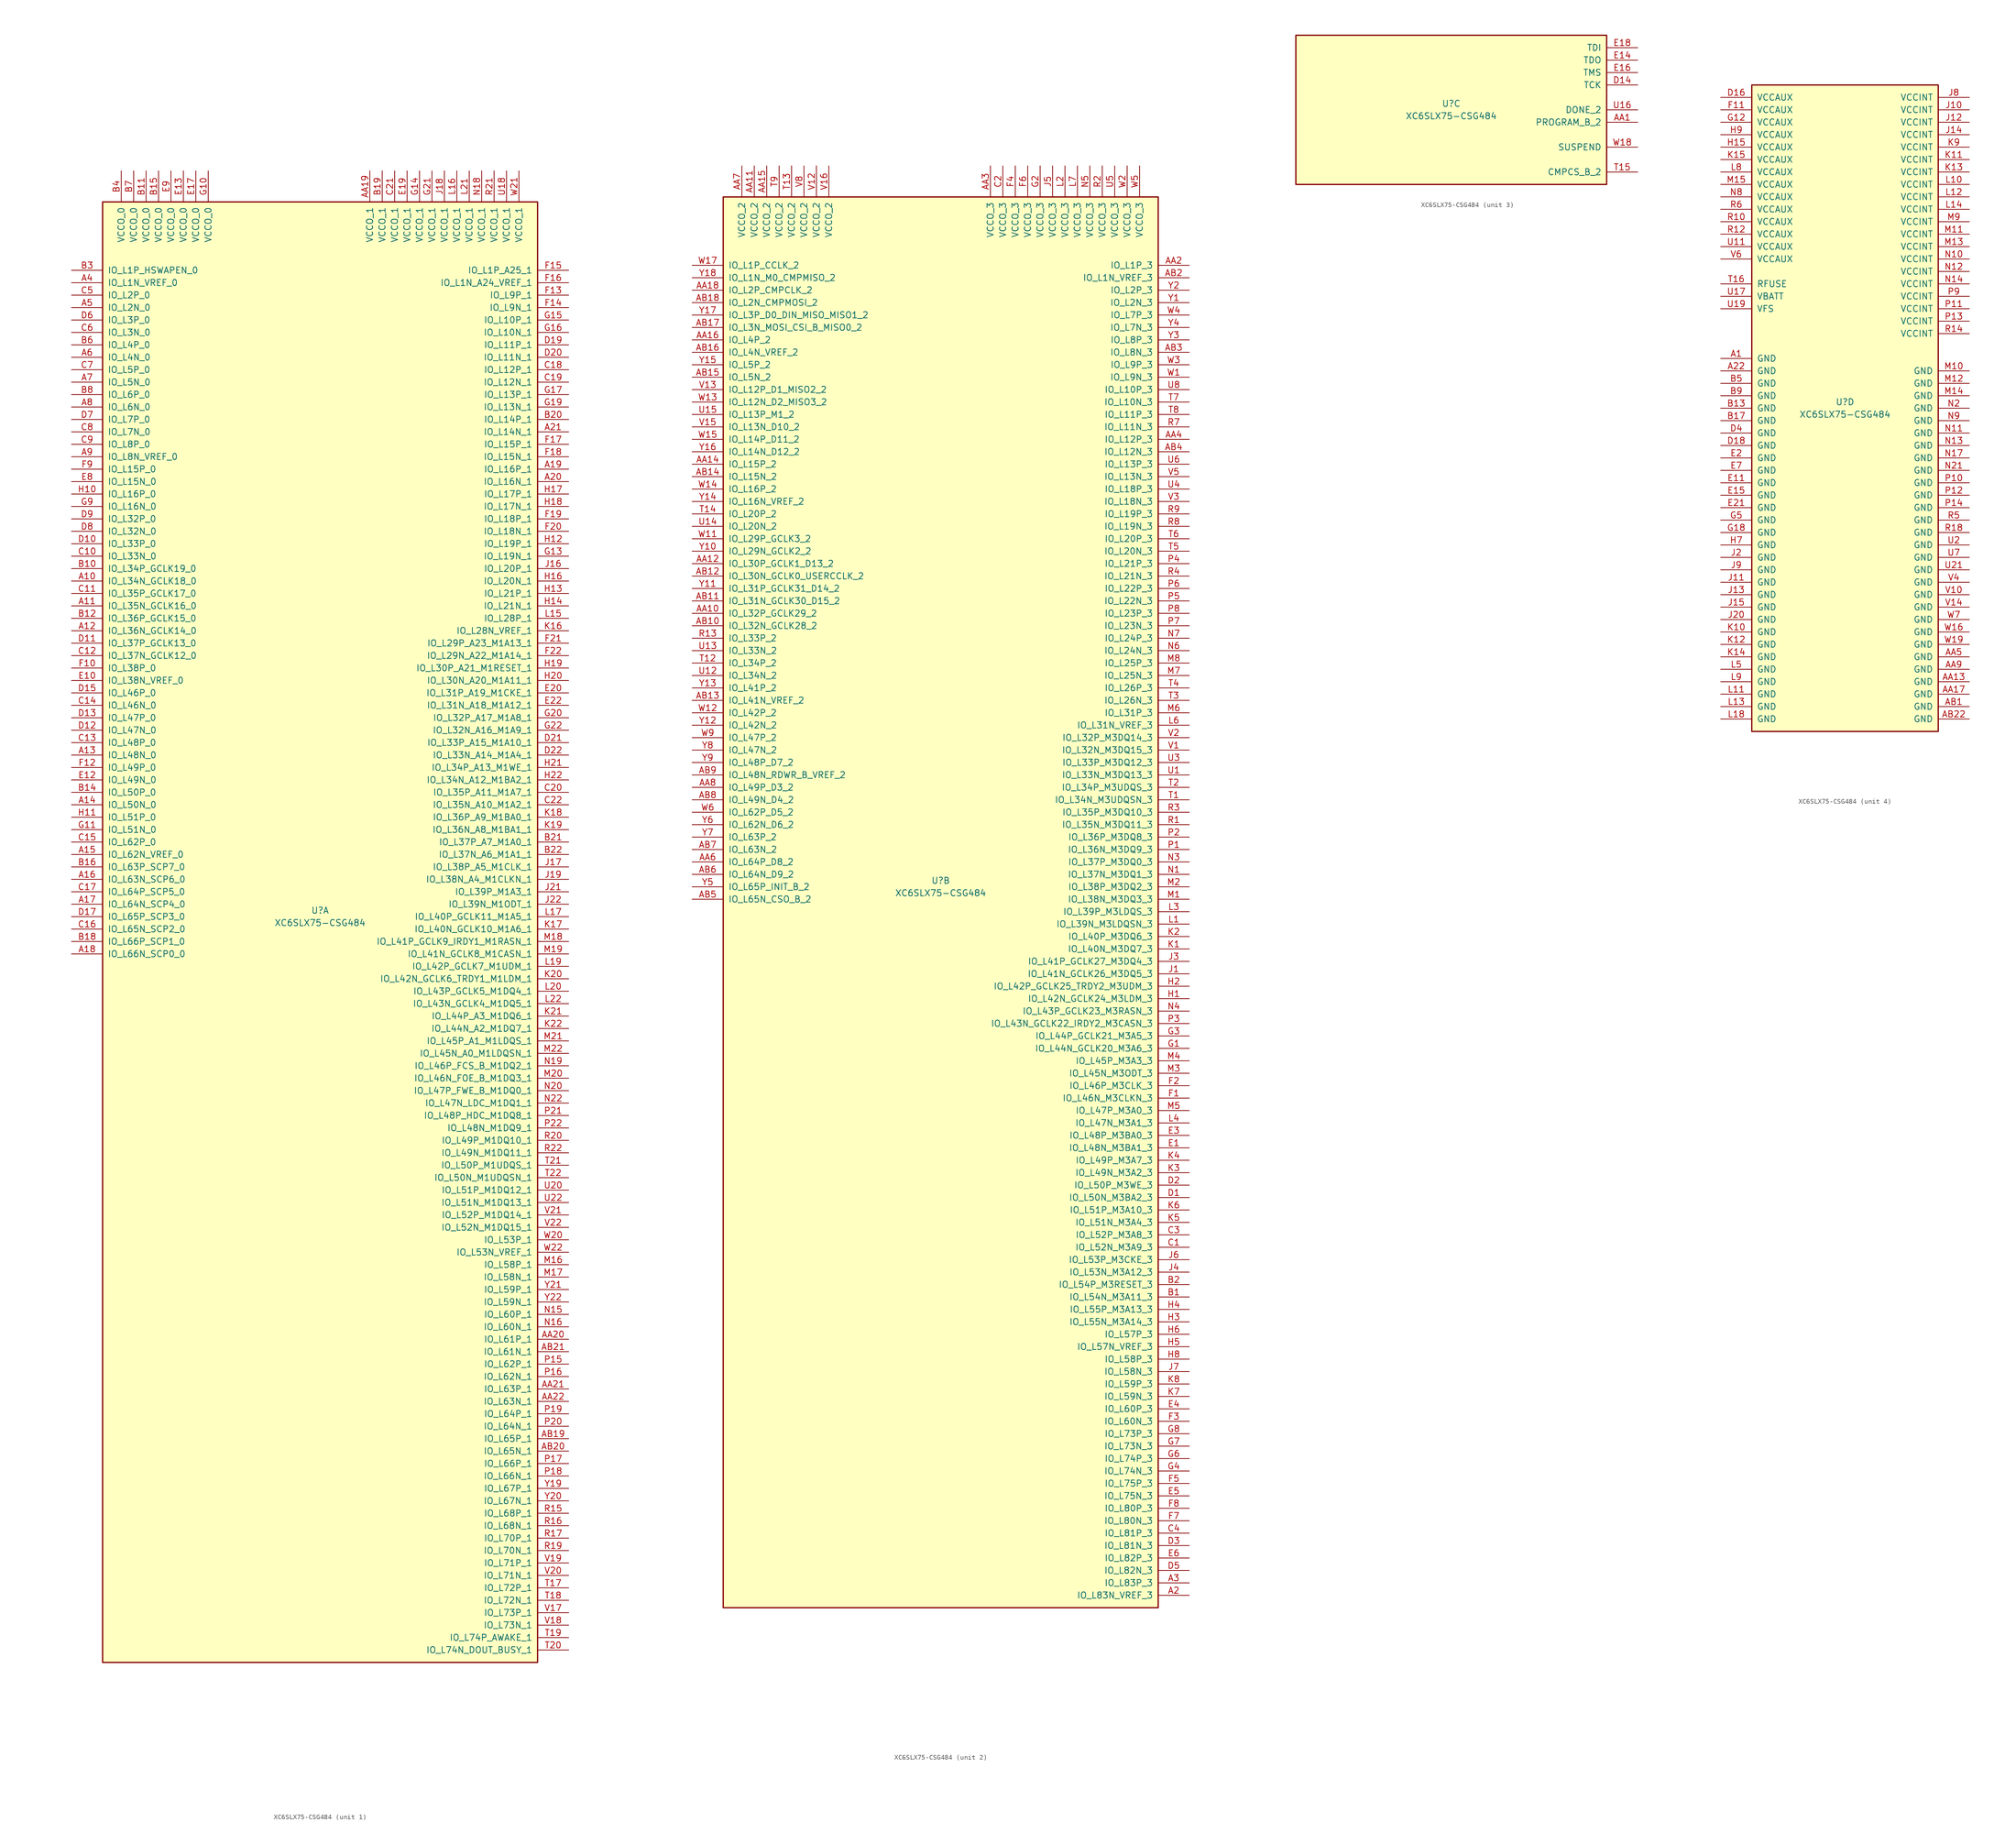
<source format=kicad_sym>
(kicad_symbol_lib
  (version 20201005)
  (generator kicad_symbol_editor)
  (symbol "XC6SLX75-CSG484"
    (pin_names
      (offset 1.016))
    (property "Reference" "U"
      (at 0 1.27 0)
      (effects (font (size 1.27 1.27))))
    (property "Value" "XC6SLX75-CSG484"
      (at 0 -1.27 0)
      (effects (font (size 1.27 1.27))))
    (property "Datasheet" ""
      (at 0 0 0)
      (effects (font (size 1.27 1.27))))
    (property "ki_locked" ""
      (at 0 0 0)
      (effects (font (size 1.27 1.27))))
    (symbol "XC6SLX75-CSG484_1_1"
      (rectangle (start -44.45 146.05) (end 44.45 -152.4) (stroke (width 0.254)) (fill (type background)))
      (pin bidirectional line (at -50.8 68.58 0) (length 6.35) (name "IO_L34N_GCLK18_0" (effects (font (size 1.27 1.27)))) (number "A10" (effects (font (size 1.27 1.27)))))
      (pin bidirectional line (at -50.8 63.5 0) (length 6.35) (name "IO_L35N_GCLK16_0" (effects (font (size 1.27 1.27)))) (number "A11" (effects (font (size 1.27 1.27)))))
      (pin bidirectional line (at -50.8 58.42 0) (length 6.35) (name "IO_L36N_GCLK14_0" (effects (font (size 1.27 1.27)))) (number "A12" (effects (font (size 1.27 1.27)))))
      (pin bidirectional line (at -50.8 33.02 0) (length 6.35) (name "IO_L48N_0" (effects (font (size 1.27 1.27)))) (number "A13" (effects (font (size 1.27 1.27)))))
      (pin bidirectional line (at -50.8 22.86 0) (length 6.35) (name "IO_L50N_0" (effects (font (size 1.27 1.27)))) (number "A14" (effects (font (size 1.27 1.27)))))
      (pin bidirectional line (at -50.8 12.7 0) (length 6.35) (name "IO_L62N_VREF_0" (effects (font (size 1.27 1.27)))) (number "A15" (effects (font (size 1.27 1.27)))))
      (pin bidirectional line (at -50.8 7.62 0) (length 6.35) (name "IO_L63N_SCP6_0" (effects (font (size 1.27 1.27)))) (number "A16" (effects (font (size 1.27 1.27)))))
      (pin bidirectional line (at -50.8 2.54 0) (length 6.35) (name "IO_L64N_SCP4_0" (effects (font (size 1.27 1.27)))) (number "A17" (effects (font (size 1.27 1.27)))))
      (pin bidirectional line (at -50.8 -7.62 0) (length 6.35) (name "IO_L66N_SCP0_0" (effects (font (size 1.27 1.27)))) (number "A18" (effects (font (size 1.27 1.27)))))
      (pin bidirectional line (at 50.8 91.44 180) (length 6.35) (name "IO_L16P_1" (effects (font (size 1.27 1.27)))) (number "A19" (effects (font (size 1.27 1.27)))))
      (pin bidirectional line (at 50.8 88.9 180) (length 6.35) (name "IO_L16N_1" (effects (font (size 1.27 1.27)))) (number "A20" (effects (font (size 1.27 1.27)))))
      (pin bidirectional line (at 50.8 99.06 180) (length 6.35) (name "IO_L14N_1" (effects (font (size 1.27 1.27)))) (number "A21" (effects (font (size 1.27 1.27)))))
      (pin bidirectional line (at -50.8 129.54 0) (length 6.35) (name "IO_L1N_VREF_0" (effects (font (size 1.27 1.27)))) (number "A4" (effects (font (size 1.27 1.27)))))
      (pin bidirectional line (at -50.8 124.46 0) (length 6.35) (name "IO_L2N_0" (effects (font (size 1.27 1.27)))) (number "A5" (effects (font (size 1.27 1.27)))))
      (pin bidirectional line (at -50.8 114.3 0) (length 6.35) (name "IO_L4N_0" (effects (font (size 1.27 1.27)))) (number "A6" (effects (font (size 1.27 1.27)))))
      (pin bidirectional line (at -50.8 109.22 0) (length 6.35) (name "IO_L5N_0" (effects (font (size 1.27 1.27)))) (number "A7" (effects (font (size 1.27 1.27)))))
      (pin bidirectional line (at -50.8 104.14 0) (length 6.35) (name "IO_L6N_0" (effects (font (size 1.27 1.27)))) (number "A8" (effects (font (size 1.27 1.27)))))
      (pin bidirectional line (at -50.8 93.98 0) (length 6.35) (name "IO_L8N_VREF_0" (effects (font (size 1.27 1.27)))) (number "A9" (effects (font (size 1.27 1.27)))))
      (pin power_in line (at 10.16 152.4 270) (length 6.35) (name "VCCO_1" (effects (font (size 1.27 1.27)))) (number "AA19" (effects (font (size 1.27 1.27)))))
      (pin bidirectional line (at 50.8 -86.36 180) (length 6.35) (name "IO_L61P_1" (effects (font (size 1.27 1.27)))) (number "AA20" (effects (font (size 1.27 1.27)))))
      (pin bidirectional line (at 50.8 -96.52 180) (length 6.35) (name "IO_L63P_1" (effects (font (size 1.27 1.27)))) (number "AA21" (effects (font (size 1.27 1.27)))))
      (pin bidirectional line (at 50.8 -99.06 180) (length 6.35) (name "IO_L63N_1" (effects (font (size 1.27 1.27)))) (number "AA22" (effects (font (size 1.27 1.27)))))
      (pin bidirectional line (at 50.8 -106.68 180) (length 6.35) (name "IO_L65P_1" (effects (font (size 1.27 1.27)))) (number "AB19" (effects (font (size 1.27 1.27)))))
      (pin bidirectional line (at 50.8 -109.22 180) (length 6.35) (name "IO_L65N_1" (effects (font (size 1.27 1.27)))) (number "AB20" (effects (font (size 1.27 1.27)))))
      (pin bidirectional line (at 50.8 -88.9 180) (length 6.35) (name "IO_L61N_1" (effects (font (size 1.27 1.27)))) (number "AB21" (effects (font (size 1.27 1.27)))))
      (pin bidirectional line (at -50.8 71.12 0) (length 6.35) (name "IO_L34P_GCLK19_0" (effects (font (size 1.27 1.27)))) (number "B10" (effects (font (size 1.27 1.27)))))
      (pin power_in line (at -35.56 152.4 270) (length 6.35) (name "VCCO_0" (effects (font (size 1.27 1.27)))) (number "B11" (effects (font (size 1.27 1.27)))))
      (pin bidirectional line (at -50.8 60.96 0) (length 6.35) (name "IO_L36P_GCLK15_0" (effects (font (size 1.27 1.27)))) (number "B12" (effects (font (size 1.27 1.27)))))
      (pin bidirectional line (at -50.8 25.4 0) (length 6.35) (name "IO_L50P_0" (effects (font (size 1.27 1.27)))) (number "B14" (effects (font (size 1.27 1.27)))))
      (pin power_in line (at -33.02 152.4 270) (length 6.35) (name "VCCO_0" (effects (font (size 1.27 1.27)))) (number "B15" (effects (font (size 1.27 1.27)))))
      (pin bidirectional line (at -50.8 10.16 0) (length 6.35) (name "IO_L63P_SCP7_0" (effects (font (size 1.27 1.27)))) (number "B16" (effects (font (size 1.27 1.27)))))
      (pin bidirectional line (at -50.8 -5.08 0) (length 6.35) (name "IO_L66P_SCP1_0" (effects (font (size 1.27 1.27)))) (number "B18" (effects (font (size 1.27 1.27)))))
      (pin power_in line (at 12.7 152.4 270) (length 6.35) (name "VCCO_1" (effects (font (size 1.27 1.27)))) (number "B19" (effects (font (size 1.27 1.27)))))
      (pin bidirectional line (at 50.8 101.6 180) (length 6.35) (name "IO_L14P_1" (effects (font (size 1.27 1.27)))) (number "B20" (effects (font (size 1.27 1.27)))))
      (pin bidirectional line (at 50.8 15.24 180) (length 6.35) (name "IO_L37P_A7_M1A0_1" (effects (font (size 1.27 1.27)))) (number "B21" (effects (font (size 1.27 1.27)))))
      (pin bidirectional line (at 50.8 12.7 180) (length 6.35) (name "IO_L37N_A6_M1A1_1" (effects (font (size 1.27 1.27)))) (number "B22" (effects (font (size 1.27 1.27)))))
      (pin bidirectional line (at -50.8 132.08 0) (length 6.35) (name "IO_L1P_HSWAPEN_0" (effects (font (size 1.27 1.27)))) (number "B3" (effects (font (size 1.27 1.27)))))
      (pin power_in line (at -40.64 152.4 270) (length 6.35) (name "VCCO_0" (effects (font (size 1.27 1.27)))) (number "B4" (effects (font (size 1.27 1.27)))))
      (pin bidirectional line (at -50.8 116.84 0) (length 6.35) (name "IO_L4P_0" (effects (font (size 1.27 1.27)))) (number "B6" (effects (font (size 1.27 1.27)))))
      (pin power_in line (at -38.1 152.4 270) (length 6.35) (name "VCCO_0" (effects (font (size 1.27 1.27)))) (number "B7" (effects (font (size 1.27 1.27)))))
      (pin bidirectional line (at -50.8 106.68 0) (length 6.35) (name "IO_L6P_0" (effects (font (size 1.27 1.27)))) (number "B8" (effects (font (size 1.27 1.27)))))
      (pin bidirectional line (at -50.8 73.66 0) (length 6.35) (name "IO_L33N_0" (effects (font (size 1.27 1.27)))) (number "C10" (effects (font (size 1.27 1.27)))))
      (pin bidirectional line (at -50.8 66.04 0) (length 6.35) (name "IO_L35P_GCLK17_0" (effects (font (size 1.27 1.27)))) (number "C11" (effects (font (size 1.27 1.27)))))
      (pin bidirectional line (at -50.8 53.34 0) (length 6.35) (name "IO_L37N_GCLK12_0" (effects (font (size 1.27 1.27)))) (number "C12" (effects (font (size 1.27 1.27)))))
      (pin bidirectional line (at -50.8 35.56 0) (length 6.35) (name "IO_L48P_0" (effects (font (size 1.27 1.27)))) (number "C13" (effects (font (size 1.27 1.27)))))
      (pin bidirectional line (at -50.8 43.18 0) (length 6.35) (name "IO_L46N_0" (effects (font (size 1.27 1.27)))) (number "C14" (effects (font (size 1.27 1.27)))))
      (pin bidirectional line (at -50.8 15.24 0) (length 6.35) (name "IO_L62P_0" (effects (font (size 1.27 1.27)))) (number "C15" (effects (font (size 1.27 1.27)))))
      (pin bidirectional line (at -50.8 -2.54 0) (length 6.35) (name "IO_L65N_SCP2_0" (effects (font (size 1.27 1.27)))) (number "C16" (effects (font (size 1.27 1.27)))))
      (pin bidirectional line (at -50.8 5.08 0) (length 6.35) (name "IO_L64P_SCP5_0" (effects (font (size 1.27 1.27)))) (number "C17" (effects (font (size 1.27 1.27)))))
      (pin bidirectional line (at 50.8 111.76 180) (length 6.35) (name "IO_L12P_1" (effects (font (size 1.27 1.27)))) (number "C18" (effects (font (size 1.27 1.27)))))
      (pin bidirectional line (at 50.8 109.22 180) (length 6.35) (name "IO_L12N_1" (effects (font (size 1.27 1.27)))) (number "C19" (effects (font (size 1.27 1.27)))))
      (pin bidirectional line (at 50.8 25.4 180) (length 6.35) (name "IO_L35P_A11_M1A7_1" (effects (font (size 1.27 1.27)))) (number "C20" (effects (font (size 1.27 1.27)))))
      (pin power_in line (at 15.24 152.4 270) (length 6.35) (name "VCCO_1" (effects (font (size 1.27 1.27)))) (number "C21" (effects (font (size 1.27 1.27)))))
      (pin bidirectional line (at 50.8 22.86 180) (length 6.35) (name "IO_L35N_A10_M1A2_1" (effects (font (size 1.27 1.27)))) (number "C22" (effects (font (size 1.27 1.27)))))
      (pin bidirectional line (at -50.8 127 0) (length 6.35) (name "IO_L2P_0" (effects (font (size 1.27 1.27)))) (number "C5" (effects (font (size 1.27 1.27)))))
      (pin bidirectional line (at -50.8 119.38 0) (length 6.35) (name "IO_L3N_0" (effects (font (size 1.27 1.27)))) (number "C6" (effects (font (size 1.27 1.27)))))
      (pin bidirectional line (at -50.8 111.76 0) (length 6.35) (name "IO_L5P_0" (effects (font (size 1.27 1.27)))) (number "C7" (effects (font (size 1.27 1.27)))))
      (pin bidirectional line (at -50.8 99.06 0) (length 6.35) (name "IO_L7N_0" (effects (font (size 1.27 1.27)))) (number "C8" (effects (font (size 1.27 1.27)))))
      (pin bidirectional line (at -50.8 96.52 0) (length 6.35) (name "IO_L8P_0" (effects (font (size 1.27 1.27)))) (number "C9" (effects (font (size 1.27 1.27)))))
      (pin bidirectional line (at -50.8 76.2 0) (length 6.35) (name "IO_L33P_0" (effects (font (size 1.27 1.27)))) (number "D10" (effects (font (size 1.27 1.27)))))
      (pin bidirectional line (at -50.8 55.88 0) (length 6.35) (name "IO_L37P_GCLK13_0" (effects (font (size 1.27 1.27)))) (number "D11" (effects (font (size 1.27 1.27)))))
      (pin bidirectional line (at -50.8 38.1 0) (length 6.35) (name "IO_L47N_0" (effects (font (size 1.27 1.27)))) (number "D12" (effects (font (size 1.27 1.27)))))
      (pin bidirectional line (at -50.8 40.64 0) (length 6.35) (name "IO_L47P_0" (effects (font (size 1.27 1.27)))) (number "D13" (effects (font (size 1.27 1.27)))))
      (pin bidirectional line (at -50.8 45.72 0) (length 6.35) (name "IO_L46P_0" (effects (font (size 1.27 1.27)))) (number "D15" (effects (font (size 1.27 1.27)))))
      (pin bidirectional line (at -50.8 0 0) (length 6.35) (name "IO_L65P_SCP3_0" (effects (font (size 1.27 1.27)))) (number "D17" (effects (font (size 1.27 1.27)))))
      (pin bidirectional line (at 50.8 116.84 180) (length 6.35) (name "IO_L11P_1" (effects (font (size 1.27 1.27)))) (number "D19" (effects (font (size 1.27 1.27)))))
      (pin bidirectional line (at 50.8 114.3 180) (length 6.35) (name "IO_L11N_1" (effects (font (size 1.27 1.27)))) (number "D20" (effects (font (size 1.27 1.27)))))
      (pin bidirectional line (at 50.8 35.56 180) (length 6.35) (name "IO_L33P_A15_M1A10_1" (effects (font (size 1.27 1.27)))) (number "D21" (effects (font (size 1.27 1.27)))))
      (pin bidirectional line (at 50.8 33.02 180) (length 6.35) (name "IO_L33N_A14_M1A4_1" (effects (font (size 1.27 1.27)))) (number "D22" (effects (font (size 1.27 1.27)))))
      (pin bidirectional line (at -50.8 121.92 0) (length 6.35) (name "IO_L3P_0" (effects (font (size 1.27 1.27)))) (number "D6" (effects (font (size 1.27 1.27)))))
      (pin bidirectional line (at -50.8 101.6 0) (length 6.35) (name "IO_L7P_0" (effects (font (size 1.27 1.27)))) (number "D7" (effects (font (size 1.27 1.27)))))
      (pin bidirectional line (at -50.8 78.74 0) (length 6.35) (name "IO_L32N_0" (effects (font (size 1.27 1.27)))) (number "D8" (effects (font (size 1.27 1.27)))))
      (pin bidirectional line (at -50.8 81.28 0) (length 6.35) (name "IO_L32P_0" (effects (font (size 1.27 1.27)))) (number "D9" (effects (font (size 1.27 1.27)))))
      (pin bidirectional line (at -50.8 48.26 0) (length 6.35) (name "IO_L38N_VREF_0" (effects (font (size 1.27 1.27)))) (number "E10" (effects (font (size 1.27 1.27)))))
      (pin bidirectional line (at -50.8 27.94 0) (length 6.35) (name "IO_L49N_0" (effects (font (size 1.27 1.27)))) (number "E12" (effects (font (size 1.27 1.27)))))
      (pin power_in line (at -27.94 152.4 270) (length 6.35) (name "VCCO_0" (effects (font (size 1.27 1.27)))) (number "E13" (effects (font (size 1.27 1.27)))))
      (pin power_in line (at -25.4 152.4 270) (length 6.35) (name "VCCO_0" (effects (font (size 1.27 1.27)))) (number "E17" (effects (font (size 1.27 1.27)))))
      (pin power_in line (at 17.78 152.4 270) (length 6.35) (name "VCCO_1" (effects (font (size 1.27 1.27)))) (number "E19" (effects (font (size 1.27 1.27)))))
      (pin bidirectional line (at 50.8 45.72 180) (length 6.35) (name "IO_L31P_A19_M1CKE_1" (effects (font (size 1.27 1.27)))) (number "E20" (effects (font (size 1.27 1.27)))))
      (pin bidirectional line (at 50.8 43.18 180) (length 6.35) (name "IO_L31N_A18_M1A12_1" (effects (font (size 1.27 1.27)))) (number "E22" (effects (font (size 1.27 1.27)))))
      (pin bidirectional line (at -50.8 88.9 0) (length 6.35) (name "IO_L15N_0" (effects (font (size 1.27 1.27)))) (number "E8" (effects (font (size 1.27 1.27)))))
      (pin power_in line (at -30.48 152.4 270) (length 6.35) (name "VCCO_0" (effects (font (size 1.27 1.27)))) (number "E9" (effects (font (size 1.27 1.27)))))
      (pin bidirectional line (at -50.8 50.8 0) (length 6.35) (name "IO_L38P_0" (effects (font (size 1.27 1.27)))) (number "F10" (effects (font (size 1.27 1.27)))))
      (pin bidirectional line (at -50.8 30.48 0) (length 6.35) (name "IO_L49P_0" (effects (font (size 1.27 1.27)))) (number "F12" (effects (font (size 1.27 1.27)))))
      (pin bidirectional line (at 50.8 127 180) (length 6.35) (name "IO_L9P_1" (effects (font (size 1.27 1.27)))) (number "F13" (effects (font (size 1.27 1.27)))))
      (pin bidirectional line (at 50.8 124.46 180) (length 6.35) (name "IO_L9N_1" (effects (font (size 1.27 1.27)))) (number "F14" (effects (font (size 1.27 1.27)))))
      (pin bidirectional line (at 50.8 132.08 180) (length 6.35) (name "IO_L1P_A25_1" (effects (font (size 1.27 1.27)))) (number "F15" (effects (font (size 1.27 1.27)))))
      (pin bidirectional line (at 50.8 129.54 180) (length 6.35) (name "IO_L1N_A24_VREF_1" (effects (font (size 1.27 1.27)))) (number "F16" (effects (font (size 1.27 1.27)))))
      (pin bidirectional line (at 50.8 96.52 180) (length 6.35) (name "IO_L15P_1" (effects (font (size 1.27 1.27)))) (number "F17" (effects (font (size 1.27 1.27)))))
      (pin bidirectional line (at 50.8 93.98 180) (length 6.35) (name "IO_L15N_1" (effects (font (size 1.27 1.27)))) (number "F18" (effects (font (size 1.27 1.27)))))
      (pin bidirectional line (at 50.8 81.28 180) (length 6.35) (name "IO_L18P_1" (effects (font (size 1.27 1.27)))) (number "F19" (effects (font (size 1.27 1.27)))))
      (pin bidirectional line (at 50.8 78.74 180) (length 6.35) (name "IO_L18N_1" (effects (font (size 1.27 1.27)))) (number "F20" (effects (font (size 1.27 1.27)))))
      (pin bidirectional line (at 50.8 55.88 180) (length 6.35) (name "IO_L29P_A23_M1A13_1" (effects (font (size 1.27 1.27)))) (number "F21" (effects (font (size 1.27 1.27)))))
      (pin bidirectional line (at 50.8 53.34 180) (length 6.35) (name "IO_L29N_A22_M1A14_1" (effects (font (size 1.27 1.27)))) (number "F22" (effects (font (size 1.27 1.27)))))
      (pin bidirectional line (at -50.8 91.44 0) (length 6.35) (name "IO_L15P_0" (effects (font (size 1.27 1.27)))) (number "F9" (effects (font (size 1.27 1.27)))))
      (pin power_in line (at -22.86 152.4 270) (length 6.35) (name "VCCO_0" (effects (font (size 1.27 1.27)))) (number "G10" (effects (font (size 1.27 1.27)))))
      (pin bidirectional line (at -50.8 17.78 0) (length 6.35) (name "IO_L51N_0" (effects (font (size 1.27 1.27)))) (number "G11" (effects (font (size 1.27 1.27)))))
      (pin bidirectional line (at 50.8 73.66 180) (length 6.35) (name "IO_L19N_1" (effects (font (size 1.27 1.27)))) (number "G13" (effects (font (size 1.27 1.27)))))
      (pin power_in line (at 20.32 152.4 270) (length 6.35) (name "VCCO_1" (effects (font (size 1.27 1.27)))) (number "G14" (effects (font (size 1.27 1.27)))))
      (pin bidirectional line (at 50.8 121.92 180) (length 6.35) (name "IO_L10P_1" (effects (font (size 1.27 1.27)))) (number "G15" (effects (font (size 1.27 1.27)))))
      (pin bidirectional line (at 50.8 119.38 180) (length 6.35) (name "IO_L10N_1" (effects (font (size 1.27 1.27)))) (number "G16" (effects (font (size 1.27 1.27)))))
      (pin bidirectional line (at 50.8 106.68 180) (length 6.35) (name "IO_L13P_1" (effects (font (size 1.27 1.27)))) (number "G17" (effects (font (size 1.27 1.27)))))
      (pin bidirectional line (at 50.8 104.14 180) (length 6.35) (name "IO_L13N_1" (effects (font (size 1.27 1.27)))) (number "G19" (effects (font (size 1.27 1.27)))))
      (pin bidirectional line (at 50.8 40.64 180) (length 6.35) (name "IO_L32P_A17_M1A8_1" (effects (font (size 1.27 1.27)))) (number "G20" (effects (font (size 1.27 1.27)))))
      (pin power_in line (at 22.86 152.4 270) (length 6.35) (name "VCCO_1" (effects (font (size 1.27 1.27)))) (number "G21" (effects (font (size 1.27 1.27)))))
      (pin bidirectional line (at 50.8 38.1 180) (length 6.35) (name "IO_L32N_A16_M1A9_1" (effects (font (size 1.27 1.27)))) (number "G22" (effects (font (size 1.27 1.27)))))
      (pin bidirectional line (at -50.8 83.82 0) (length 6.35) (name "IO_L16N_0" (effects (font (size 1.27 1.27)))) (number "G9" (effects (font (size 1.27 1.27)))))
      (pin bidirectional line (at -50.8 86.36 0) (length 6.35) (name "IO_L16P_0" (effects (font (size 1.27 1.27)))) (number "H10" (effects (font (size 1.27 1.27)))))
      (pin bidirectional line (at -50.8 20.32 0) (length 6.35) (name "IO_L51P_0" (effects (font (size 1.27 1.27)))) (number "H11" (effects (font (size 1.27 1.27)))))
      (pin bidirectional line (at 50.8 76.2 180) (length 6.35) (name "IO_L19P_1" (effects (font (size 1.27 1.27)))) (number "H12" (effects (font (size 1.27 1.27)))))
      (pin bidirectional line (at 50.8 66.04 180) (length 6.35) (name "IO_L21P_1" (effects (font (size 1.27 1.27)))) (number "H13" (effects (font (size 1.27 1.27)))))
      (pin bidirectional line (at 50.8 63.5 180) (length 6.35) (name "IO_L21N_1" (effects (font (size 1.27 1.27)))) (number "H14" (effects (font (size 1.27 1.27)))))
      (pin bidirectional line (at 50.8 68.58 180) (length 6.35) (name "IO_L20N_1" (effects (font (size 1.27 1.27)))) (number "H16" (effects (font (size 1.27 1.27)))))
      (pin bidirectional line (at 50.8 86.36 180) (length 6.35) (name "IO_L17P_1" (effects (font (size 1.27 1.27)))) (number "H17" (effects (font (size 1.27 1.27)))))
      (pin bidirectional line (at 50.8 83.82 180) (length 6.35) (name "IO_L17N_1" (effects (font (size 1.27 1.27)))) (number "H18" (effects (font (size 1.27 1.27)))))
      (pin bidirectional line (at 50.8 50.8 180) (length 6.35) (name "IO_L30P_A21_M1RESET_1" (effects (font (size 1.27 1.27)))) (number "H19" (effects (font (size 1.27 1.27)))))
      (pin bidirectional line (at 50.8 48.26 180) (length 6.35) (name "IO_L30N_A20_M1A11_1" (effects (font (size 1.27 1.27)))) (number "H20" (effects (font (size 1.27 1.27)))))
      (pin bidirectional line (at 50.8 30.48 180) (length 6.35) (name "IO_L34P_A13_M1WE_1" (effects (font (size 1.27 1.27)))) (number "H21" (effects (font (size 1.27 1.27)))))
      (pin bidirectional line (at 50.8 27.94 180) (length 6.35) (name "IO_L34N_A12_M1BA2_1" (effects (font (size 1.27 1.27)))) (number "H22" (effects (font (size 1.27 1.27)))))
      (pin bidirectional line (at 50.8 71.12 180) (length 6.35) (name "IO_L20P_1" (effects (font (size 1.27 1.27)))) (number "J16" (effects (font (size 1.27 1.27)))))
      (pin bidirectional line (at 50.8 10.16 180) (length 6.35) (name "IO_L38P_A5_M1CLK_1" (effects (font (size 1.27 1.27)))) (number "J17" (effects (font (size 1.27 1.27)))))
      (pin power_in line (at 25.4 152.4 270) (length 6.35) (name "VCCO_1" (effects (font (size 1.27 1.27)))) (number "J18" (effects (font (size 1.27 1.27)))))
      (pin bidirectional line (at 50.8 7.62 180) (length 6.35) (name "IO_L38N_A4_M1CLKN_1" (effects (font (size 1.27 1.27)))) (number "J19" (effects (font (size 1.27 1.27)))))
      (pin bidirectional line (at 50.8 5.08 180) (length 6.35) (name "IO_L39P_M1A3_1" (effects (font (size 1.27 1.27)))) (number "J21" (effects (font (size 1.27 1.27)))))
      (pin bidirectional line (at 50.8 2.54 180) (length 6.35) (name "IO_L39N_M1ODT_1" (effects (font (size 1.27 1.27)))) (number "J22" (effects (font (size 1.27 1.27)))))
      (pin bidirectional line (at 50.8 58.42 180) (length 6.35) (name "IO_L28N_VREF_1" (effects (font (size 1.27 1.27)))) (number "K16" (effects (font (size 1.27 1.27)))))
      (pin bidirectional line (at 50.8 -2.54 180) (length 6.35) (name "IO_L40N_GCLK10_M1A6_1" (effects (font (size 1.27 1.27)))) (number "K17" (effects (font (size 1.27 1.27)))))
      (pin bidirectional line (at 50.8 20.32 180) (length 6.35) (name "IO_L36P_A9_M1BA0_1" (effects (font (size 1.27 1.27)))) (number "K18" (effects (font (size 1.27 1.27)))))
      (pin bidirectional line (at 50.8 17.78 180) (length 6.35) (name "IO_L36N_A8_M1BA1_1" (effects (font (size 1.27 1.27)))) (number "K19" (effects (font (size 1.27 1.27)))))
      (pin bidirectional line (at 50.8 -12.7 180) (length 6.35) (name "IO_L42N_GCLK6_TRDY1_M1LDM_1" (effects (font (size 1.27 1.27)))) (number "K20" (effects (font (size 1.27 1.27)))))
      (pin bidirectional line (at 50.8 -20.32 180) (length 6.35) (name "IO_L44P_A3_M1DQ6_1" (effects (font (size 1.27 1.27)))) (number "K21" (effects (font (size 1.27 1.27)))))
      (pin bidirectional line (at 50.8 -22.86 180) (length 6.35) (name "IO_L44N_A2_M1DQ7_1" (effects (font (size 1.27 1.27)))) (number "K22" (effects (font (size 1.27 1.27)))))
      (pin bidirectional line (at 50.8 60.96 180) (length 6.35) (name "IO_L28P_1" (effects (font (size 1.27 1.27)))) (number "L15" (effects (font (size 1.27 1.27)))))
      (pin power_in line (at 27.94 152.4 270) (length 6.35) (name "VCCO_1" (effects (font (size 1.27 1.27)))) (number "L16" (effects (font (size 1.27 1.27)))))
      (pin bidirectional line (at 50.8 0 180) (length 6.35) (name "IO_L40P_GCLK11_M1A5_1" (effects (font (size 1.27 1.27)))) (number "L17" (effects (font (size 1.27 1.27)))))
      (pin bidirectional line (at 50.8 -10.16 180) (length 6.35) (name "IO_L42P_GCLK7_M1UDM_1" (effects (font (size 1.27 1.27)))) (number "L19" (effects (font (size 1.27 1.27)))))
      (pin bidirectional line (at 50.8 -15.24 180) (length 6.35) (name "IO_L43P_GCLK5_M1DQ4_1" (effects (font (size 1.27 1.27)))) (number "L20" (effects (font (size 1.27 1.27)))))
      (pin power_in line (at 30.48 152.4 270) (length 6.35) (name "VCCO_1" (effects (font (size 1.27 1.27)))) (number "L21" (effects (font (size 1.27 1.27)))))
      (pin bidirectional line (at 50.8 -17.78 180) (length 6.35) (name "IO_L43N_GCLK4_M1DQ5_1" (effects (font (size 1.27 1.27)))) (number "L22" (effects (font (size 1.27 1.27)))))
      (pin bidirectional line (at 50.8 -71.12 180) (length 6.35) (name "IO_L58P_1" (effects (font (size 1.27 1.27)))) (number "M16" (effects (font (size 1.27 1.27)))))
      (pin bidirectional line (at 50.8 -73.66 180) (length 6.35) (name "IO_L58N_1" (effects (font (size 1.27 1.27)))) (number "M17" (effects (font (size 1.27 1.27)))))
      (pin bidirectional line (at 50.8 -5.08 180) (length 6.35) (name "IO_L41P_GCLK9_IRDY1_M1RASN_1" (effects (font (size 1.27 1.27)))) (number "M18" (effects (font (size 1.27 1.27)))))
      (pin bidirectional line (at 50.8 -7.62 180) (length 6.35) (name "IO_L41N_GCLK8_M1CASN_1" (effects (font (size 1.27 1.27)))) (number "M19" (effects (font (size 1.27 1.27)))))
      (pin bidirectional line (at 50.8 -33.02 180) (length 6.35) (name "IO_L46N_FOE_B_M1DQ3_1" (effects (font (size 1.27 1.27)))) (number "M20" (effects (font (size 1.27 1.27)))))
      (pin bidirectional line (at 50.8 -25.4 180) (length 6.35) (name "IO_L45P_A1_M1LDQS_1" (effects (font (size 1.27 1.27)))) (number "M21" (effects (font (size 1.27 1.27)))))
      (pin bidirectional line (at 50.8 -27.94 180) (length 6.35) (name "IO_L45N_A0_M1LDQSN_1" (effects (font (size 1.27 1.27)))) (number "M22" (effects (font (size 1.27 1.27)))))
      (pin bidirectional line (at 50.8 -81.28 180) (length 6.35) (name "IO_L60P_1" (effects (font (size 1.27 1.27)))) (number "N15" (effects (font (size 1.27 1.27)))))
      (pin bidirectional line (at 50.8 -83.82 180) (length 6.35) (name "IO_L60N_1" (effects (font (size 1.27 1.27)))) (number "N16" (effects (font (size 1.27 1.27)))))
      (pin power_in line (at 33.02 152.4 270) (length 6.35) (name "VCCO_1" (effects (font (size 1.27 1.27)))) (number "N18" (effects (font (size 1.27 1.27)))))
      (pin bidirectional line (at 50.8 -30.48 180) (length 6.35) (name "IO_L46P_FCS_B_M1DQ2_1" (effects (font (size 1.27 1.27)))) (number "N19" (effects (font (size 1.27 1.27)))))
      (pin bidirectional line (at 50.8 -35.56 180) (length 6.35) (name "IO_L47P_FWE_B_M1DQ0_1" (effects (font (size 1.27 1.27)))) (number "N20" (effects (font (size 1.27 1.27)))))
      (pin bidirectional line (at 50.8 -38.1 180) (length 6.35) (name "IO_L47N_LDC_M1DQ1_1" (effects (font (size 1.27 1.27)))) (number "N22" (effects (font (size 1.27 1.27)))))
      (pin bidirectional line (at 50.8 -91.44 180) (length 6.35) (name "IO_L62P_1" (effects (font (size 1.27 1.27)))) (number "P15" (effects (font (size 1.27 1.27)))))
      (pin bidirectional line (at 50.8 -93.98 180) (length 6.35) (name "IO_L62N_1" (effects (font (size 1.27 1.27)))) (number "P16" (effects (font (size 1.27 1.27)))))
      (pin bidirectional line (at 50.8 -111.76 180) (length 6.35) (name "IO_L66P_1" (effects (font (size 1.27 1.27)))) (number "P17" (effects (font (size 1.27 1.27)))))
      (pin bidirectional line (at 50.8 -114.3 180) (length 6.35) (name "IO_L66N_1" (effects (font (size 1.27 1.27)))) (number "P18" (effects (font (size 1.27 1.27)))))
      (pin bidirectional line (at 50.8 -101.6 180) (length 6.35) (name "IO_L64P_1" (effects (font (size 1.27 1.27)))) (number "P19" (effects (font (size 1.27 1.27)))))
      (pin bidirectional line (at 50.8 -104.14 180) (length 6.35) (name "IO_L64N_1" (effects (font (size 1.27 1.27)))) (number "P20" (effects (font (size 1.27 1.27)))))
      (pin bidirectional line (at 50.8 -40.64 180) (length 6.35) (name "IO_L48P_HDC_M1DQ8_1" (effects (font (size 1.27 1.27)))) (number "P21" (effects (font (size 1.27 1.27)))))
      (pin bidirectional line (at 50.8 -43.18 180) (length 6.35) (name "IO_L48N_M1DQ9_1" (effects (font (size 1.27 1.27)))) (number "P22" (effects (font (size 1.27 1.27)))))
      (pin bidirectional line (at 50.8 -121.92 180) (length 6.35) (name "IO_L68P_1" (effects (font (size 1.27 1.27)))) (number "R15" (effects (font (size 1.27 1.27)))))
      (pin bidirectional line (at 50.8 -124.46 180) (length 6.35) (name "IO_L68N_1" (effects (font (size 1.27 1.27)))) (number "R16" (effects (font (size 1.27 1.27)))))
      (pin bidirectional line (at 50.8 -127 180) (length 6.35) (name "IO_L70P_1" (effects (font (size 1.27 1.27)))) (number "R17" (effects (font (size 1.27 1.27)))))
      (pin bidirectional line (at 50.8 -129.54 180) (length 6.35) (name "IO_L70N_1" (effects (font (size 1.27 1.27)))) (number "R19" (effects (font (size 1.27 1.27)))))
      (pin bidirectional line (at 50.8 -45.72 180) (length 6.35) (name "IO_L49P_M1DQ10_1" (effects (font (size 1.27 1.27)))) (number "R20" (effects (font (size 1.27 1.27)))))
      (pin power_in line (at 35.56 152.4 270) (length 6.35) (name "VCCO_1" (effects (font (size 1.27 1.27)))) (number "R21" (effects (font (size 1.27 1.27)))))
      (pin bidirectional line (at 50.8 -48.26 180) (length 6.35) (name "IO_L49N_M1DQ11_1" (effects (font (size 1.27 1.27)))) (number "R22" (effects (font (size 1.27 1.27)))))
      (pin bidirectional line (at 50.8 -137.16 180) (length 6.35) (name "IO_L72P_1" (effects (font (size 1.27 1.27)))) (number "T17" (effects (font (size 1.27 1.27)))))
      (pin bidirectional line (at 50.8 -139.7 180) (length 6.35) (name "IO_L72N_1" (effects (font (size 1.27 1.27)))) (number "T18" (effects (font (size 1.27 1.27)))))
      (pin bidirectional line (at 50.8 -147.32 180) (length 6.35) (name "IO_L74P_AWAKE_1" (effects (font (size 1.27 1.27)))) (number "T19" (effects (font (size 1.27 1.27)))))
      (pin bidirectional line (at 50.8 -149.86 180) (length 6.35) (name "IO_L74N_DOUT_BUSY_1" (effects (font (size 1.27 1.27)))) (number "T20" (effects (font (size 1.27 1.27)))))
      (pin bidirectional line (at 50.8 -50.8 180) (length 6.35) (name "IO_L50P_M1UDQS_1" (effects (font (size 1.27 1.27)))) (number "T21" (effects (font (size 1.27 1.27)))))
      (pin bidirectional line (at 50.8 -53.34 180) (length 6.35) (name "IO_L50N_M1UDQSN_1" (effects (font (size 1.27 1.27)))) (number "T22" (effects (font (size 1.27 1.27)))))
      (pin power_in line (at 38.1 152.4 270) (length 6.35) (name "VCCO_1" (effects (font (size 1.27 1.27)))) (number "U18" (effects (font (size 1.27 1.27)))))
      (pin bidirectional line (at 50.8 -55.88 180) (length 6.35) (name "IO_L51P_M1DQ12_1" (effects (font (size 1.27 1.27)))) (number "U20" (effects (font (size 1.27 1.27)))))
      (pin bidirectional line (at 50.8 -58.42 180) (length 6.35) (name "IO_L51N_M1DQ13_1" (effects (font (size 1.27 1.27)))) (number "U22" (effects (font (size 1.27 1.27)))))
      (pin bidirectional line (at 50.8 -142.24 180) (length 6.35) (name "IO_L73P_1" (effects (font (size 1.27 1.27)))) (number "V17" (effects (font (size 1.27 1.27)))))
      (pin bidirectional line (at 50.8 -144.78 180) (length 6.35) (name "IO_L73N_1" (effects (font (size 1.27 1.27)))) (number "V18" (effects (font (size 1.27 1.27)))))
      (pin bidirectional line (at 50.8 -132.08 180) (length 6.35) (name "IO_L71P_1" (effects (font (size 1.27 1.27)))) (number "V19" (effects (font (size 1.27 1.27)))))
      (pin bidirectional line (at 50.8 -134.62 180) (length 6.35) (name "IO_L71N_1" (effects (font (size 1.27 1.27)))) (number "V20" (effects (font (size 1.27 1.27)))))
      (pin bidirectional line (at 50.8 -60.96 180) (length 6.35) (name "IO_L52P_M1DQ14_1" (effects (font (size 1.27 1.27)))) (number "V21" (effects (font (size 1.27 1.27)))))
      (pin bidirectional line (at 50.8 -63.5 180) (length 6.35) (name "IO_L52N_M1DQ15_1" (effects (font (size 1.27 1.27)))) (number "V22" (effects (font (size 1.27 1.27)))))
      (pin bidirectional line (at 50.8 -66.04 180) (length 6.35) (name "IO_L53P_1" (effects (font (size 1.27 1.27)))) (number "W20" (effects (font (size 1.27 1.27)))))
      (pin power_in line (at 40.64 152.4 270) (length 6.35) (name "VCCO_1" (effects (font (size 1.27 1.27)))) (number "W21" (effects (font (size 1.27 1.27)))))
      (pin bidirectional line (at 50.8 -68.58 180) (length 6.35) (name "IO_L53N_VREF_1" (effects (font (size 1.27 1.27)))) (number "W22" (effects (font (size 1.27 1.27)))))
      (pin bidirectional line (at 50.8 -116.84 180) (length 6.35) (name "IO_L67P_1" (effects (font (size 1.27 1.27)))) (number "Y19" (effects (font (size 1.27 1.27)))))
      (pin bidirectional line (at 50.8 -119.38 180) (length 6.35) (name "IO_L67N_1" (effects (font (size 1.27 1.27)))) (number "Y20" (effects (font (size 1.27 1.27)))))
      (pin bidirectional line (at 50.8 -76.2 180) (length 6.35) (name "IO_L59P_1" (effects (font (size 1.27 1.27)))) (number "Y21" (effects (font (size 1.27 1.27)))))
      (pin bidirectional line (at 50.8 -78.74 180) (length 6.35) (name "IO_L59N_1" (effects (font (size 1.27 1.27)))) (number "Y22" (effects (font (size 1.27 1.27))))))
    (symbol "XC6SLX75-CSG484_2_1"
      (rectangle (start -44.45 140.97) (end 44.45 -147.32) (stroke (width 0.254)) (fill (type background)))
      (pin bidirectional line (at 50.8 -144.78 180) (length 6.35) (name "IO_L83N_VREF_3" (effects (font (size 1.27 1.27)))) (number "A2" (effects (font (size 1.27 1.27)))))
      (pin bidirectional line (at 50.8 -142.24 180) (length 6.35) (name "IO_L83P_3" (effects (font (size 1.27 1.27)))) (number "A3" (effects (font (size 1.27 1.27)))))
      (pin bidirectional line (at -50.8 55.88 0) (length 6.35) (name "IO_L32P_GCLK29_2" (effects (font (size 1.27 1.27)))) (number "AA10" (effects (font (size 1.27 1.27)))))
      (pin power_in line (at -38.1 147.32 270) (length 6.35) (name "VCCO_2" (effects (font (size 1.27 1.27)))) (number "AA11" (effects (font (size 1.27 1.27)))))
      (pin bidirectional line (at -50.8 66.04 0) (length 6.35) (name "IO_L30P_GCLK1_D13_2" (effects (font (size 1.27 1.27)))) (number "AA12" (effects (font (size 1.27 1.27)))))
      (pin bidirectional line (at -50.8 86.36 0) (length 6.35) (name "IO_L15P_2" (effects (font (size 1.27 1.27)))) (number "AA14" (effects (font (size 1.27 1.27)))))
      (pin power_in line (at -35.56 147.32 270) (length 6.35) (name "VCCO_2" (effects (font (size 1.27 1.27)))) (number "AA15" (effects (font (size 1.27 1.27)))))
      (pin bidirectional line (at -50.8 111.76 0) (length 6.35) (name "IO_L4P_2" (effects (font (size 1.27 1.27)))) (number "AA16" (effects (font (size 1.27 1.27)))))
      (pin bidirectional line (at -50.8 121.92 0) (length 6.35) (name "IO_L2P_CMPCLK_2" (effects (font (size 1.27 1.27)))) (number "AA18" (effects (font (size 1.27 1.27)))))
      (pin bidirectional line (at 50.8 127 180) (length 6.35) (name "IO_L1P_3" (effects (font (size 1.27 1.27)))) (number "AA2" (effects (font (size 1.27 1.27)))))
      (pin power_in line (at 10.16 147.32 270) (length 6.35) (name "VCCO_3" (effects (font (size 1.27 1.27)))) (number "AA3" (effects (font (size 1.27 1.27)))))
      (pin bidirectional line (at 50.8 91.44 180) (length 6.35) (name "IO_L12P_3" (effects (font (size 1.27 1.27)))) (number "AA4" (effects (font (size 1.27 1.27)))))
      (pin bidirectional line (at -50.8 5.08 0) (length 6.35) (name "IO_L64P_D8_2" (effects (font (size 1.27 1.27)))) (number "AA6" (effects (font (size 1.27 1.27)))))
      (pin power_in line (at -40.64 147.32 270) (length 6.35) (name "VCCO_2" (effects (font (size 1.27 1.27)))) (number "AA7" (effects (font (size 1.27 1.27)))))
      (pin bidirectional line (at -50.8 20.32 0) (length 6.35) (name "IO_L49P_D3_2" (effects (font (size 1.27 1.27)))) (number "AA8" (effects (font (size 1.27 1.27)))))
      (pin bidirectional line (at -50.8 53.34 0) (length 6.35) (name "IO_L32N_GCLK28_2" (effects (font (size 1.27 1.27)))) (number "AB10" (effects (font (size 1.27 1.27)))))
      (pin bidirectional line (at -50.8 58.42 0) (length 6.35) (name "IO_L31N_GCLK30_D15_2" (effects (font (size 1.27 1.27)))) (number "AB11" (effects (font (size 1.27 1.27)))))
      (pin bidirectional line (at -50.8 63.5 0) (length 6.35) (name "IO_L30N_GCLK0_USERCCLK_2" (effects (font (size 1.27 1.27)))) (number "AB12" (effects (font (size 1.27 1.27)))))
      (pin bidirectional line (at -50.8 38.1 0) (length 6.35) (name "IO_L41N_VREF_2" (effects (font (size 1.27 1.27)))) (number "AB13" (effects (font (size 1.27 1.27)))))
      (pin bidirectional line (at -50.8 83.82 0) (length 6.35) (name "IO_L15N_2" (effects (font (size 1.27 1.27)))) (number "AB14" (effects (font (size 1.27 1.27)))))
      (pin bidirectional line (at -50.8 104.14 0) (length 6.35) (name "IO_L5N_2" (effects (font (size 1.27 1.27)))) (number "AB15" (effects (font (size 1.27 1.27)))))
      (pin bidirectional line (at -50.8 109.22 0) (length 6.35) (name "IO_L4N_VREF_2" (effects (font (size 1.27 1.27)))) (number "AB16" (effects (font (size 1.27 1.27)))))
      (pin bidirectional line (at -50.8 114.3 0) (length 6.35) (name "IO_L3N_MOSI_CSI_B_MISO0_2" (effects (font (size 1.27 1.27)))) (number "AB17" (effects (font (size 1.27 1.27)))))
      (pin bidirectional line (at -50.8 119.38 0) (length 6.35) (name "IO_L2N_CMPMOSI_2" (effects (font (size 1.27 1.27)))) (number "AB18" (effects (font (size 1.27 1.27)))))
      (pin bidirectional line (at 50.8 124.46 180) (length 6.35) (name "IO_L1N_VREF_3" (effects (font (size 1.27 1.27)))) (number "AB2" (effects (font (size 1.27 1.27)))))
      (pin bidirectional line (at 50.8 109.22 180) (length 6.35) (name "IO_L8N_3" (effects (font (size 1.27 1.27)))) (number "AB3" (effects (font (size 1.27 1.27)))))
      (pin bidirectional line (at 50.8 88.9 180) (length 6.35) (name "IO_L12N_3" (effects (font (size 1.27 1.27)))) (number "AB4" (effects (font (size 1.27 1.27)))))
      (pin bidirectional line (at -50.8 -2.54 0) (length 6.35) (name "IO_L65N_CSO_B_2" (effects (font (size 1.27 1.27)))) (number "AB5" (effects (font (size 1.27 1.27)))))
      (pin bidirectional line (at -50.8 2.54 0) (length 6.35) (name "IO_L64N_D9_2" (effects (font (size 1.27 1.27)))) (number "AB6" (effects (font (size 1.27 1.27)))))
      (pin bidirectional line (at -50.8 7.62 0) (length 6.35) (name "IO_L63N_2" (effects (font (size 1.27 1.27)))) (number "AB7" (effects (font (size 1.27 1.27)))))
      (pin bidirectional line (at -50.8 17.78 0) (length 6.35) (name "IO_L49N_D4_2" (effects (font (size 1.27 1.27)))) (number "AB8" (effects (font (size 1.27 1.27)))))
      (pin bidirectional line (at -50.8 22.86 0) (length 6.35) (name "IO_L48N_RDWR_B_VREF_2" (effects (font (size 1.27 1.27)))) (number "AB9" (effects (font (size 1.27 1.27)))))
      (pin bidirectional line (at 50.8 -83.82 180) (length 6.35) (name "IO_L54N_M3A11_3" (effects (font (size 1.27 1.27)))) (number "B1" (effects (font (size 1.27 1.27)))))
      (pin bidirectional line (at 50.8 -81.28 180) (length 6.35) (name "IO_L54P_M3RESET_3" (effects (font (size 1.27 1.27)))) (number "B2" (effects (font (size 1.27 1.27)))))
      (pin bidirectional line (at 50.8 -73.66 180) (length 6.35) (name "IO_L52N_M3A9_3" (effects (font (size 1.27 1.27)))) (number "C1" (effects (font (size 1.27 1.27)))))
      (pin power_in line (at 12.7 147.32 270) (length 6.35) (name "VCCO_3" (effects (font (size 1.27 1.27)))) (number "C2" (effects (font (size 1.27 1.27)))))
      (pin bidirectional line (at 50.8 -71.12 180) (length 6.35) (name "IO_L52P_M3A8_3" (effects (font (size 1.27 1.27)))) (number "C3" (effects (font (size 1.27 1.27)))))
      (pin bidirectional line (at 50.8 -132.08 180) (length 6.35) (name "IO_L81P_3" (effects (font (size 1.27 1.27)))) (number "C4" (effects (font (size 1.27 1.27)))))
      (pin bidirectional line (at 50.8 -63.5 180) (length 6.35) (name "IO_L50N_M3BA2_3" (effects (font (size 1.27 1.27)))) (number "D1" (effects (font (size 1.27 1.27)))))
      (pin bidirectional line (at 50.8 -60.96 180) (length 6.35) (name "IO_L50P_M3WE_3" (effects (font (size 1.27 1.27)))) (number "D2" (effects (font (size 1.27 1.27)))))
      (pin bidirectional line (at 50.8 -134.62 180) (length 6.35) (name "IO_L81N_3" (effects (font (size 1.27 1.27)))) (number "D3" (effects (font (size 1.27 1.27)))))
      (pin bidirectional line (at 50.8 -139.7 180) (length 6.35) (name "IO_L82N_3" (effects (font (size 1.27 1.27)))) (number "D5" (effects (font (size 1.27 1.27)))))
      (pin bidirectional line (at 50.8 -53.34 180) (length 6.35) (name "IO_L48N_M3BA1_3" (effects (font (size 1.27 1.27)))) (number "E1" (effects (font (size 1.27 1.27)))))
      (pin bidirectional line (at 50.8 -50.8 180) (length 6.35) (name "IO_L48P_M3BA0_3" (effects (font (size 1.27 1.27)))) (number "E3" (effects (font (size 1.27 1.27)))))
      (pin bidirectional line (at 50.8 -106.68 180) (length 6.35) (name "IO_L60P_3" (effects (font (size 1.27 1.27)))) (number "E4" (effects (font (size 1.27 1.27)))))
      (pin bidirectional line (at 50.8 -124.46 180) (length 6.35) (name "IO_L75N_3" (effects (font (size 1.27 1.27)))) (number "E5" (effects (font (size 1.27 1.27)))))
      (pin bidirectional line (at 50.8 -137.16 180) (length 6.35) (name "IO_L82P_3" (effects (font (size 1.27 1.27)))) (number "E6" (effects (font (size 1.27 1.27)))))
      (pin bidirectional line (at 50.8 -43.18 180) (length 6.35) (name "IO_L46N_M3CLKN_3" (effects (font (size 1.27 1.27)))) (number "F1" (effects (font (size 1.27 1.27)))))
      (pin bidirectional line (at 50.8 -40.64 180) (length 6.35) (name "IO_L46P_M3CLK_3" (effects (font (size 1.27 1.27)))) (number "F2" (effects (font (size 1.27 1.27)))))
      (pin bidirectional line (at 50.8 -109.22 180) (length 6.35) (name "IO_L60N_3" (effects (font (size 1.27 1.27)))) (number "F3" (effects (font (size 1.27 1.27)))))
      (pin power_in line (at 15.24 147.32 270) (length 6.35) (name "VCCO_3" (effects (font (size 1.27 1.27)))) (number "F4" (effects (font (size 1.27 1.27)))))
      (pin bidirectional line (at 50.8 -121.92 180) (length 6.35) (name "IO_L75P_3" (effects (font (size 1.27 1.27)))) (number "F5" (effects (font (size 1.27 1.27)))))
      (pin power_in line (at 17.78 147.32 270) (length 6.35) (name "VCCO_3" (effects (font (size 1.27 1.27)))) (number "F6" (effects (font (size 1.27 1.27)))))
      (pin bidirectional line (at 50.8 -129.54 180) (length 6.35) (name "IO_L80N_3" (effects (font (size 1.27 1.27)))) (number "F7" (effects (font (size 1.27 1.27)))))
      (pin bidirectional line (at 50.8 -127 180) (length 6.35) (name "IO_L80P_3" (effects (font (size 1.27 1.27)))) (number "F8" (effects (font (size 1.27 1.27)))))
      (pin bidirectional line (at 50.8 -33.02 180) (length 6.35) (name "IO_L44N_GCLK20_M3A6_3" (effects (font (size 1.27 1.27)))) (number "G1" (effects (font (size 1.27 1.27)))))
      (pin power_in line (at 20.32 147.32 270) (length 6.35) (name "VCCO_3" (effects (font (size 1.27 1.27)))) (number "G2" (effects (font (size 1.27 1.27)))))
      (pin bidirectional line (at 50.8 -30.48 180) (length 6.35) (name "IO_L44P_GCLK21_M3A5_3" (effects (font (size 1.27 1.27)))) (number "G3" (effects (font (size 1.27 1.27)))))
      (pin bidirectional line (at 50.8 -119.38 180) (length 6.35) (name "IO_L74N_3" (effects (font (size 1.27 1.27)))) (number "G4" (effects (font (size 1.27 1.27)))))
      (pin bidirectional line (at 50.8 -116.84 180) (length 6.35) (name "IO_L74P_3" (effects (font (size 1.27 1.27)))) (number "G6" (effects (font (size 1.27 1.27)))))
      (pin bidirectional line (at 50.8 -114.3 180) (length 6.35) (name "IO_L73N_3" (effects (font (size 1.27 1.27)))) (number "G7" (effects (font (size 1.27 1.27)))))
      (pin bidirectional line (at 50.8 -111.76 180) (length 6.35) (name "IO_L73P_3" (effects (font (size 1.27 1.27)))) (number "G8" (effects (font (size 1.27 1.27)))))
      (pin bidirectional line (at 50.8 -22.86 180) (length 6.35) (name "IO_L42N_GCLK24_M3LDM_3" (effects (font (size 1.27 1.27)))) (number "H1" (effects (font (size 1.27 1.27)))))
      (pin bidirectional line (at 50.8 -20.32 180) (length 6.35) (name "IO_L42P_GCLK25_TRDY2_M3UDM_3" (effects (font (size 1.27 1.27)))) (number "H2" (effects (font (size 1.27 1.27)))))
      (pin bidirectional line (at 50.8 -88.9 180) (length 6.35) (name "IO_L55N_M3A14_3" (effects (font (size 1.27 1.27)))) (number "H3" (effects (font (size 1.27 1.27)))))
      (pin bidirectional line (at 50.8 -86.36 180) (length 6.35) (name "IO_L55P_M3A13_3" (effects (font (size 1.27 1.27)))) (number "H4" (effects (font (size 1.27 1.27)))))
      (pin bidirectional line (at 50.8 -93.98 180) (length 6.35) (name "IO_L57N_VREF_3" (effects (font (size 1.27 1.27)))) (number "H5" (effects (font (size 1.27 1.27)))))
      (pin bidirectional line (at 50.8 -91.44 180) (length 6.35) (name "IO_L57P_3" (effects (font (size 1.27 1.27)))) (number "H6" (effects (font (size 1.27 1.27)))))
      (pin bidirectional line (at 50.8 -96.52 180) (length 6.35) (name "IO_L58P_3" (effects (font (size 1.27 1.27)))) (number "H8" (effects (font (size 1.27 1.27)))))
      (pin bidirectional line (at 50.8 -17.78 180) (length 6.35) (name "IO_L41N_GCLK26_M3DQ5_3" (effects (font (size 1.27 1.27)))) (number "J1" (effects (font (size 1.27 1.27)))))
      (pin bidirectional line (at 50.8 -15.24 180) (length 6.35) (name "IO_L41P_GCLK27_M3DQ4_3" (effects (font (size 1.27 1.27)))) (number "J3" (effects (font (size 1.27 1.27)))))
      (pin bidirectional line (at 50.8 -78.74 180) (length 6.35) (name "IO_L53N_M3A12_3" (effects (font (size 1.27 1.27)))) (number "J4" (effects (font (size 1.27 1.27)))))
      (pin power_in line (at 22.86 147.32 270) (length 6.35) (name "VCCO_3" (effects (font (size 1.27 1.27)))) (number "J5" (effects (font (size 1.27 1.27)))))
      (pin bidirectional line (at 50.8 -76.2 180) (length 6.35) (name "IO_L53P_M3CKE_3" (effects (font (size 1.27 1.27)))) (number "J6" (effects (font (size 1.27 1.27)))))
      (pin bidirectional line (at 50.8 -99.06 180) (length 6.35) (name "IO_L58N_3" (effects (font (size 1.27 1.27)))) (number "J7" (effects (font (size 1.27 1.27)))))
      (pin bidirectional line (at 50.8 -12.7 180) (length 6.35) (name "IO_L40N_M3DQ7_3" (effects (font (size 1.27 1.27)))) (number "K1" (effects (font (size 1.27 1.27)))))
      (pin bidirectional line (at 50.8 -10.16 180) (length 6.35) (name "IO_L40P_M3DQ6_3" (effects (font (size 1.27 1.27)))) (number "K2" (effects (font (size 1.27 1.27)))))
      (pin bidirectional line (at 50.8 -58.42 180) (length 6.35) (name "IO_L49N_M3A2_3" (effects (font (size 1.27 1.27)))) (number "K3" (effects (font (size 1.27 1.27)))))
      (pin bidirectional line (at 50.8 -55.88 180) (length 6.35) (name "IO_L49P_M3A7_3" (effects (font (size 1.27 1.27)))) (number "K4" (effects (font (size 1.27 1.27)))))
      (pin bidirectional line (at 50.8 -68.58 180) (length 6.35) (name "IO_L51N_M3A4_3" (effects (font (size 1.27 1.27)))) (number "K5" (effects (font (size 1.27 1.27)))))
      (pin bidirectional line (at 50.8 -66.04 180) (length 6.35) (name "IO_L51P_M3A10_3" (effects (font (size 1.27 1.27)))) (number "K6" (effects (font (size 1.27 1.27)))))
      (pin bidirectional line (at 50.8 -104.14 180) (length 6.35) (name "IO_L59N_3" (effects (font (size 1.27 1.27)))) (number "K7" (effects (font (size 1.27 1.27)))))
      (pin bidirectional line (at 50.8 -101.6 180) (length 6.35) (name "IO_L59P_3" (effects (font (size 1.27 1.27)))) (number "K8" (effects (font (size 1.27 1.27)))))
      (pin bidirectional line (at 50.8 -7.62 180) (length 6.35) (name "IO_L39N_M3LDQSN_3" (effects (font (size 1.27 1.27)))) (number "L1" (effects (font (size 1.27 1.27)))))
      (pin power_in line (at 25.4 147.32 270) (length 6.35) (name "VCCO_3" (effects (font (size 1.27 1.27)))) (number "L2" (effects (font (size 1.27 1.27)))))
      (pin bidirectional line (at 50.8 -5.08 180) (length 6.35) (name "IO_L39P_M3LDQS_3" (effects (font (size 1.27 1.27)))) (number "L3" (effects (font (size 1.27 1.27)))))
      (pin bidirectional line (at 50.8 -48.26 180) (length 6.35) (name "IO_L47N_M3A1_3" (effects (font (size 1.27 1.27)))) (number "L4" (effects (font (size 1.27 1.27)))))
      (pin bidirectional line (at 50.8 33.02 180) (length 6.35) (name "IO_L31N_VREF_3" (effects (font (size 1.27 1.27)))) (number "L6" (effects (font (size 1.27 1.27)))))
      (pin power_in line (at 27.94 147.32 270) (length 6.35) (name "VCCO_3" (effects (font (size 1.27 1.27)))) (number "L7" (effects (font (size 1.27 1.27)))))
      (pin bidirectional line (at 50.8 -2.54 180) (length 6.35) (name "IO_L38N_M3DQ3_3" (effects (font (size 1.27 1.27)))) (number "M1" (effects (font (size 1.27 1.27)))))
      (pin bidirectional line (at 50.8 0 180) (length 6.35) (name "IO_L38P_M3DQ2_3" (effects (font (size 1.27 1.27)))) (number "M2" (effects (font (size 1.27 1.27)))))
      (pin bidirectional line (at 50.8 -38.1 180) (length 6.35) (name "IO_L45N_M3ODT_3" (effects (font (size 1.27 1.27)))) (number "M3" (effects (font (size 1.27 1.27)))))
      (pin bidirectional line (at 50.8 -35.56 180) (length 6.35) (name "IO_L45P_M3A3_3" (effects (font (size 1.27 1.27)))) (number "M4" (effects (font (size 1.27 1.27)))))
      (pin bidirectional line (at 50.8 -45.72 180) (length 6.35) (name "IO_L47P_M3A0_3" (effects (font (size 1.27 1.27)))) (number "M5" (effects (font (size 1.27 1.27)))))
      (pin bidirectional line (at 50.8 35.56 180) (length 6.35) (name "IO_L31P_3" (effects (font (size 1.27 1.27)))) (number "M6" (effects (font (size 1.27 1.27)))))
      (pin bidirectional line (at 50.8 43.18 180) (length 6.35) (name "IO_L25N_3" (effects (font (size 1.27 1.27)))) (number "M7" (effects (font (size 1.27 1.27)))))
      (pin bidirectional line (at 50.8 45.72 180) (length 6.35) (name "IO_L25P_3" (effects (font (size 1.27 1.27)))) (number "M8" (effects (font (size 1.27 1.27)))))
      (pin bidirectional line (at 50.8 2.54 180) (length 6.35) (name "IO_L37N_M3DQ1_3" (effects (font (size 1.27 1.27)))) (number "N1" (effects (font (size 1.27 1.27)))))
      (pin bidirectional line (at 50.8 5.08 180) (length 6.35) (name "IO_L37P_M3DQ0_3" (effects (font (size 1.27 1.27)))) (number "N3" (effects (font (size 1.27 1.27)))))
      (pin bidirectional line (at 50.8 -25.4 180) (length 6.35) (name "IO_L43P_GCLK23_M3RASN_3" (effects (font (size 1.27 1.27)))) (number "N4" (effects (font (size 1.27 1.27)))))
      (pin power_in line (at 30.48 147.32 270) (length 6.35) (name "VCCO_3" (effects (font (size 1.27 1.27)))) (number "N5" (effects (font (size 1.27 1.27)))))
      (pin bidirectional line (at 50.8 48.26 180) (length 6.35) (name "IO_L24N_3" (effects (font (size 1.27 1.27)))) (number "N6" (effects (font (size 1.27 1.27)))))
      (pin bidirectional line (at 50.8 50.8 180) (length 6.35) (name "IO_L24P_3" (effects (font (size 1.27 1.27)))) (number "N7" (effects (font (size 1.27 1.27)))))
      (pin bidirectional line (at 50.8 7.62 180) (length 6.35) (name "IO_L36N_M3DQ9_3" (effects (font (size 1.27 1.27)))) (number "P1" (effects (font (size 1.27 1.27)))))
      (pin bidirectional line (at 50.8 10.16 180) (length 6.35) (name "IO_L36P_M3DQ8_3" (effects (font (size 1.27 1.27)))) (number "P2" (effects (font (size 1.27 1.27)))))
      (pin bidirectional line (at 50.8 -27.94 180) (length 6.35) (name "IO_L43N_GCLK22_IRDY2_M3CASN_3" (effects (font (size 1.27 1.27)))) (number "P3" (effects (font (size 1.27 1.27)))))
      (pin bidirectional line (at 50.8 66.04 180) (length 6.35) (name "IO_L21P_3" (effects (font (size 1.27 1.27)))) (number "P4" (effects (font (size 1.27 1.27)))))
      (pin bidirectional line (at 50.8 58.42 180) (length 6.35) (name "IO_L22N_3" (effects (font (size 1.27 1.27)))) (number "P5" (effects (font (size 1.27 1.27)))))
      (pin bidirectional line (at 50.8 60.96 180) (length 6.35) (name "IO_L22P_3" (effects (font (size 1.27 1.27)))) (number "P6" (effects (font (size 1.27 1.27)))))
      (pin bidirectional line (at 50.8 53.34 180) (length 6.35) (name "IO_L23N_3" (effects (font (size 1.27 1.27)))) (number "P7" (effects (font (size 1.27 1.27)))))
      (pin bidirectional line (at 50.8 55.88 180) (length 6.35) (name "IO_L23P_3" (effects (font (size 1.27 1.27)))) (number "P8" (effects (font (size 1.27 1.27)))))
      (pin bidirectional line (at 50.8 12.7 180) (length 6.35) (name "IO_L35N_M3DQ11_3" (effects (font (size 1.27 1.27)))) (number "R1" (effects (font (size 1.27 1.27)))))
      (pin bidirectional line (at -50.8 50.8 0) (length 6.35) (name "IO_L33P_2" (effects (font (size 1.27 1.27)))) (number "R13" (effects (font (size 1.27 1.27)))))
      (pin power_in line (at 33.02 147.32 270) (length 6.35) (name "VCCO_3" (effects (font (size 1.27 1.27)))) (number "R2" (effects (font (size 1.27 1.27)))))
      (pin bidirectional line (at 50.8 15.24 180) (length 6.35) (name "IO_L35P_M3DQ10_3" (effects (font (size 1.27 1.27)))) (number "R3" (effects (font (size 1.27 1.27)))))
      (pin bidirectional line (at 50.8 63.5 180) (length 6.35) (name "IO_L21N_3" (effects (font (size 1.27 1.27)))) (number "R4" (effects (font (size 1.27 1.27)))))
      (pin bidirectional line (at 50.8 93.98 180) (length 6.35) (name "IO_L11N_3" (effects (font (size 1.27 1.27)))) (number "R7" (effects (font (size 1.27 1.27)))))
      (pin bidirectional line (at 50.8 73.66 180) (length 6.35) (name "IO_L19N_3" (effects (font (size 1.27 1.27)))) (number "R8" (effects (font (size 1.27 1.27)))))
      (pin bidirectional line (at 50.8 76.2 180) (length 6.35) (name "IO_L19P_3" (effects (font (size 1.27 1.27)))) (number "R9" (effects (font (size 1.27 1.27)))))
      (pin bidirectional line (at 50.8 17.78 180) (length 6.35) (name "IO_L34N_M3UDQSN_3" (effects (font (size 1.27 1.27)))) (number "T1" (effects (font (size 1.27 1.27)))))
      (pin bidirectional line (at -50.8 45.72 0) (length 6.35) (name "IO_L34P_2" (effects (font (size 1.27 1.27)))) (number "T12" (effects (font (size 1.27 1.27)))))
      (pin power_in line (at -30.48 147.32 270) (length 6.35) (name "VCCO_2" (effects (font (size 1.27 1.27)))) (number "T13" (effects (font (size 1.27 1.27)))))
      (pin bidirectional line (at -50.8 76.2 0) (length 6.35) (name "IO_L20P_2" (effects (font (size 1.27 1.27)))) (number "T14" (effects (font (size 1.27 1.27)))))
      (pin bidirectional line (at 50.8 20.32 180) (length 6.35) (name "IO_L34P_M3UDQS_3" (effects (font (size 1.27 1.27)))) (number "T2" (effects (font (size 1.27 1.27)))))
      (pin bidirectional line (at 50.8 38.1 180) (length 6.35) (name "IO_L26N_3" (effects (font (size 1.27 1.27)))) (number "T3" (effects (font (size 1.27 1.27)))))
      (pin bidirectional line (at 50.8 40.64 180) (length 6.35) (name "IO_L26P_3" (effects (font (size 1.27 1.27)))) (number "T4" (effects (font (size 1.27 1.27)))))
      (pin bidirectional line (at 50.8 68.58 180) (length 6.35) (name "IO_L20N_3" (effects (font (size 1.27 1.27)))) (number "T5" (effects (font (size 1.27 1.27)))))
      (pin bidirectional line (at 50.8 71.12 180) (length 6.35) (name "IO_L20P_3" (effects (font (size 1.27 1.27)))) (number "T6" (effects (font (size 1.27 1.27)))))
      (pin bidirectional line (at 50.8 99.06 180) (length 6.35) (name "IO_L10N_3" (effects (font (size 1.27 1.27)))) (number "T7" (effects (font (size 1.27 1.27)))))
      (pin bidirectional line (at 50.8 96.52 180) (length 6.35) (name "IO_L11P_3" (effects (font (size 1.27 1.27)))) (number "T8" (effects (font (size 1.27 1.27)))))
      (pin power_in line (at -33.02 147.32 270) (length 6.35) (name "VCCO_2" (effects (font (size 1.27 1.27)))) (number "T9" (effects (font (size 1.27 1.27)))))
      (pin bidirectional line (at 50.8 22.86 180) (length 6.35) (name "IO_L33N_M3DQ13_3" (effects (font (size 1.27 1.27)))) (number "U1" (effects (font (size 1.27 1.27)))))
      (pin bidirectional line (at -50.8 43.18 0) (length 6.35) (name "IO_L34N_2" (effects (font (size 1.27 1.27)))) (number "U12" (effects (font (size 1.27 1.27)))))
      (pin bidirectional line (at -50.8 48.26 0) (length 6.35) (name "IO_L33N_2" (effects (font (size 1.27 1.27)))) (number "U13" (effects (font (size 1.27 1.27)))))
      (pin bidirectional line (at -50.8 73.66 0) (length 6.35) (name "IO_L20N_2" (effects (font (size 1.27 1.27)))) (number "U14" (effects (font (size 1.27 1.27)))))
      (pin bidirectional line (at -50.8 96.52 0) (length 6.35) (name "IO_L13P_M1_2" (effects (font (size 1.27 1.27)))) (number "U15" (effects (font (size 1.27 1.27)))))
      (pin bidirectional line (at 50.8 25.4 180) (length 6.35) (name "IO_L33P_M3DQ12_3" (effects (font (size 1.27 1.27)))) (number "U3" (effects (font (size 1.27 1.27)))))
      (pin bidirectional line (at 50.8 81.28 180) (length 6.35) (name "IO_L18P_3" (effects (font (size 1.27 1.27)))) (number "U4" (effects (font (size 1.27 1.27)))))
      (pin power_in line (at 35.56 147.32 270) (length 6.35) (name "VCCO_3" (effects (font (size 1.27 1.27)))) (number "U5" (effects (font (size 1.27 1.27)))))
      (pin bidirectional line (at 50.8 86.36 180) (length 6.35) (name "IO_L13P_3" (effects (font (size 1.27 1.27)))) (number "U6" (effects (font (size 1.27 1.27)))))
      (pin bidirectional line (at 50.8 101.6 180) (length 6.35) (name "IO_L10P_3" (effects (font (size 1.27 1.27)))) (number "U8" (effects (font (size 1.27 1.27)))))
      (pin bidirectional line (at 50.8 27.94 180) (length 6.35) (name "IO_L32N_M3DQ15_3" (effects (font (size 1.27 1.27)))) (number "V1" (effects (font (size 1.27 1.27)))))
      (pin power_in line (at -25.4 147.32 270) (length 6.35) (name "VCCO_2" (effects (font (size 1.27 1.27)))) (number "V12" (effects (font (size 1.27 1.27)))))
      (pin bidirectional line (at -50.8 101.6 0) (length 6.35) (name "IO_L12P_D1_MISO2_2" (effects (font (size 1.27 1.27)))) (number "V13" (effects (font (size 1.27 1.27)))))
      (pin bidirectional line (at -50.8 93.98 0) (length 6.35) (name "IO_L13N_D10_2" (effects (font (size 1.27 1.27)))) (number "V15" (effects (font (size 1.27 1.27)))))
      (pin power_in line (at -22.86 147.32 270) (length 6.35) (name "VCCO_2" (effects (font (size 1.27 1.27)))) (number "V16" (effects (font (size 1.27 1.27)))))
      (pin bidirectional line (at 50.8 30.48 180) (length 6.35) (name "IO_L32P_M3DQ14_3" (effects (font (size 1.27 1.27)))) (number "V2" (effects (font (size 1.27 1.27)))))
      (pin bidirectional line (at 50.8 78.74 180) (length 6.35) (name "IO_L18N_3" (effects (font (size 1.27 1.27)))) (number "V3" (effects (font (size 1.27 1.27)))))
      (pin bidirectional line (at 50.8 83.82 180) (length 6.35) (name "IO_L13N_3" (effects (font (size 1.27 1.27)))) (number "V5" (effects (font (size 1.27 1.27)))))
      (pin power_in line (at -27.94 147.32 270) (length 6.35) (name "VCCO_2" (effects (font (size 1.27 1.27)))) (number "V8" (effects (font (size 1.27 1.27)))))
      (pin bidirectional line (at 50.8 104.14 180) (length 6.35) (name "IO_L9N_3" (effects (font (size 1.27 1.27)))) (number "W1" (effects (font (size 1.27 1.27)))))
      (pin bidirectional line (at -50.8 71.12 0) (length 6.35) (name "IO_L29P_GCLK3_2" (effects (font (size 1.27 1.27)))) (number "W11" (effects (font (size 1.27 1.27)))))
      (pin bidirectional line (at -50.8 35.56 0) (length 6.35) (name "IO_L42P_2" (effects (font (size 1.27 1.27)))) (number "W12" (effects (font (size 1.27 1.27)))))
      (pin bidirectional line (at -50.8 99.06 0) (length 6.35) (name "IO_L12N_D2_MISO3_2" (effects (font (size 1.27 1.27)))) (number "W13" (effects (font (size 1.27 1.27)))))
      (pin bidirectional line (at -50.8 81.28 0) (length 6.35) (name "IO_L16P_2" (effects (font (size 1.27 1.27)))) (number "W14" (effects (font (size 1.27 1.27)))))
      (pin bidirectional line (at -50.8 91.44 0) (length 6.35) (name "IO_L14P_D11_2" (effects (font (size 1.27 1.27)))) (number "W15" (effects (font (size 1.27 1.27)))))
      (pin bidirectional line (at -50.8 127 0) (length 6.35) (name "IO_L1P_CCLK_2" (effects (font (size 1.27 1.27)))) (number "W17" (effects (font (size 1.27 1.27)))))
      (pin power_in line (at 38.1 147.32 270) (length 6.35) (name "VCCO_3" (effects (font (size 1.27 1.27)))) (number "W2" (effects (font (size 1.27 1.27)))))
      (pin bidirectional line (at 50.8 106.68 180) (length 6.35) (name "IO_L9P_3" (effects (font (size 1.27 1.27)))) (number "W3" (effects (font (size 1.27 1.27)))))
      (pin bidirectional line (at 50.8 116.84 180) (length 6.35) (name "IO_L7P_3" (effects (font (size 1.27 1.27)))) (number "W4" (effects (font (size 1.27 1.27)))))
      (pin power_in line (at 40.64 147.32 270) (length 6.35) (name "VCCO_3" (effects (font (size 1.27 1.27)))) (number "W5" (effects (font (size 1.27 1.27)))))
      (pin bidirectional line (at -50.8 15.24 0) (length 6.35) (name "IO_L62P_D5_2" (effects (font (size 1.27 1.27)))) (number "W6" (effects (font (size 1.27 1.27)))))
      (pin bidirectional line (at -50.8 30.48 0) (length 6.35) (name "IO_L47P_2" (effects (font (size 1.27 1.27)))) (number "W9" (effects (font (size 1.27 1.27)))))
      (pin bidirectional line (at 50.8 119.38 180) (length 6.35) (name "IO_L2N_3" (effects (font (size 1.27 1.27)))) (number "Y1" (effects (font (size 1.27 1.27)))))
      (pin bidirectional line (at -50.8 68.58 0) (length 6.35) (name "IO_L29N_GCLK2_2" (effects (font (size 1.27 1.27)))) (number "Y10" (effects (font (size 1.27 1.27)))))
      (pin bidirectional line (at -50.8 60.96 0) (length 6.35) (name "IO_L31P_GCLK31_D14_2" (effects (font (size 1.27 1.27)))) (number "Y11" (effects (font (size 1.27 1.27)))))
      (pin bidirectional line (at -50.8 33.02 0) (length 6.35) (name "IO_L42N_2" (effects (font (size 1.27 1.27)))) (number "Y12" (effects (font (size 1.27 1.27)))))
      (pin bidirectional line (at -50.8 40.64 0) (length 6.35) (name "IO_L41P_2" (effects (font (size 1.27 1.27)))) (number "Y13" (effects (font (size 1.27 1.27)))))
      (pin bidirectional line (at -50.8 78.74 0) (length 6.35) (name "IO_L16N_VREF_2" (effects (font (size 1.27 1.27)))) (number "Y14" (effects (font (size 1.27 1.27)))))
      (pin bidirectional line (at -50.8 106.68 0) (length 6.35) (name "IO_L5P_2" (effects (font (size 1.27 1.27)))) (number "Y15" (effects (font (size 1.27 1.27)))))
      (pin bidirectional line (at -50.8 88.9 0) (length 6.35) (name "IO_L14N_D12_2" (effects (font (size 1.27 1.27)))) (number "Y16" (effects (font (size 1.27 1.27)))))
      (pin bidirectional line (at -50.8 116.84 0) (length 6.35) (name "IO_L3P_D0_DIN_MISO_MISO1_2" (effects (font (size 1.27 1.27)))) (number "Y17" (effects (font (size 1.27 1.27)))))
      (pin bidirectional line (at -50.8 124.46 0) (length 6.35) (name "IO_L1N_M0_CMPMISO_2" (effects (font (size 1.27 1.27)))) (number "Y18" (effects (font (size 1.27 1.27)))))
      (pin bidirectional line (at 50.8 121.92 180) (length 6.35) (name "IO_L2P_3" (effects (font (size 1.27 1.27)))) (number "Y2" (effects (font (size 1.27 1.27)))))
      (pin bidirectional line (at 50.8 111.76 180) (length 6.35) (name "IO_L8P_3" (effects (font (size 1.27 1.27)))) (number "Y3" (effects (font (size 1.27 1.27)))))
      (pin bidirectional line (at 50.8 114.3 180) (length 6.35) (name "IO_L7N_3" (effects (font (size 1.27 1.27)))) (number "Y4" (effects (font (size 1.27 1.27)))))
      (pin bidirectional line (at -50.8 0 0) (length 6.35) (name "IO_L65P_INIT_B_2" (effects (font (size 1.27 1.27)))) (number "Y5" (effects (font (size 1.27 1.27)))))
      (pin bidirectional line (at -50.8 12.7 0) (length 6.35) (name "IO_L62N_D6_2" (effects (font (size 1.27 1.27)))) (number "Y6" (effects (font (size 1.27 1.27)))))
      (pin bidirectional line (at -50.8 10.16 0) (length 6.35) (name "IO_L63P_2" (effects (font (size 1.27 1.27)))) (number "Y7" (effects (font (size 1.27 1.27)))))
      (pin bidirectional line (at -50.8 27.94 0) (length 6.35) (name "IO_L47N_2" (effects (font (size 1.27 1.27)))) (number "Y8" (effects (font (size 1.27 1.27)))))
      (pin bidirectional line (at -50.8 25.4 0) (length 6.35) (name "IO_L48P_D7_2" (effects (font (size 1.27 1.27)))) (number "Y9" (effects (font (size 1.27 1.27))))))
    (symbol "XC6SLX75-CSG484_3_1"
      (rectangle (start -31.75 15.24) (end 31.75 -15.24) (stroke (width 0.254)) (fill (type background)))
      (pin bidirectional line (at 38.1 -2.54 180) (length 6.35) (name "PROGRAM_B_2" (effects (font (size 1.27 1.27)))) (number "AA1" (effects (font (size 1.27 1.27)))))
      (pin bidirectional line (at 38.1 5.08 180) (length 6.35) (name "TCK" (effects (font (size 1.27 1.27)))) (number "D14" (effects (font (size 1.27 1.27)))))
      (pin bidirectional line (at 38.1 10.16 180) (length 6.35) (name "TDO" (effects (font (size 1.27 1.27)))) (number "E14" (effects (font (size 1.27 1.27)))))
      (pin bidirectional line (at 38.1 7.62 180) (length 6.35) (name "TMS" (effects (font (size 1.27 1.27)))) (number "E16" (effects (font (size 1.27 1.27)))))
      (pin bidirectional line (at 38.1 12.7 180) (length 6.35) (name "TDI" (effects (font (size 1.27 1.27)))) (number "E18" (effects (font (size 1.27 1.27)))))
      (pin bidirectional line (at 38.1 -12.7 180) (length 6.35) (name "CMPCS_B_2" (effects (font (size 1.27 1.27)))) (number "T15" (effects (font (size 1.27 1.27)))))
      (pin bidirectional line (at 38.1 0 180) (length 6.35) (name "DONE_2" (effects (font (size 1.27 1.27)))) (number "U16" (effects (font (size 1.27 1.27)))))
      (pin bidirectional line (at 38.1 -7.62 180) (length 6.35) (name "SUSPEND" (effects (font (size 1.27 1.27)))) (number "W18" (effects (font (size 1.27 1.27))))))
    (symbol "XC6SLX75-CSG484_4_1"
      (rectangle (start -19.05 66.04) (end 19.05 -66.04) (stroke (width 0.254)) (fill (type background)))
      (pin power_in line (at -25.4 10.16 0) (length 6.35) (name "GND" (effects (font (size 1.27 1.27)))) (number "A1" (effects (font (size 1.27 1.27)))))
      (pin power_in line (at -25.4 7.62 0) (length 6.35) (name "GND" (effects (font (size 1.27 1.27)))) (number "A22" (effects (font (size 1.27 1.27)))))
      (pin power_in line (at 25.4 -55.88 180) (length 6.35) (name "GND" (effects (font (size 1.27 1.27)))) (number "AA13" (effects (font (size 1.27 1.27)))))
      (pin power_in line (at 25.4 -58.42 180) (length 6.35) (name "GND" (effects (font (size 1.27 1.27)))) (number "AA17" (effects (font (size 1.27 1.27)))))
      (pin power_in line (at 25.4 -50.8 180) (length 6.35) (name "GND" (effects (font (size 1.27 1.27)))) (number "AA5" (effects (font (size 1.27 1.27)))))
      (pin power_in line (at 25.4 -53.34 180) (length 6.35) (name "GND" (effects (font (size 1.27 1.27)))) (number "AA9" (effects (font (size 1.27 1.27)))))
      (pin power_in line (at 25.4 -60.96 180) (length 6.35) (name "GND" (effects (font (size 1.27 1.27)))) (number "AB1" (effects (font (size 1.27 1.27)))))
      (pin power_in line (at 25.4 -63.5 180) (length 6.35) (name "GND" (effects (font (size 1.27 1.27)))) (number "AB22" (effects (font (size 1.27 1.27)))))
      (pin power_in line (at -25.4 0 0) (length 6.35) (name "GND" (effects (font (size 1.27 1.27)))) (number "B13" (effects (font (size 1.27 1.27)))))
      (pin power_in line (at -25.4 -2.54 0) (length 6.35) (name "GND" (effects (font (size 1.27 1.27)))) (number "B17" (effects (font (size 1.27 1.27)))))
      (pin power_in line (at -25.4 5.08 0) (length 6.35) (name "GND" (effects (font (size 1.27 1.27)))) (number "B5" (effects (font (size 1.27 1.27)))))
      (pin power_in line (at -25.4 2.54 0) (length 6.35) (name "GND" (effects (font (size 1.27 1.27)))) (number "B9" (effects (font (size 1.27 1.27)))))
      (pin power_in line (at -25.4 63.5 0) (length 6.35) (name "VCCAUX" (effects (font (size 1.27 1.27)))) (number "D16" (effects (font (size 1.27 1.27)))))
      (pin power_in line (at -25.4 -7.62 0) (length 6.35) (name "GND" (effects (font (size 1.27 1.27)))) (number "D18" (effects (font (size 1.27 1.27)))))
      (pin power_in line (at -25.4 -5.08 0) (length 6.35) (name "GND" (effects (font (size 1.27 1.27)))) (number "D4" (effects (font (size 1.27 1.27)))))
      (pin power_in line (at -25.4 -15.24 0) (length 6.35) (name "GND" (effects (font (size 1.27 1.27)))) (number "E11" (effects (font (size 1.27 1.27)))))
      (pin power_in line (at -25.4 -17.78 0) (length 6.35) (name "GND" (effects (font (size 1.27 1.27)))) (number "E15" (effects (font (size 1.27 1.27)))))
      (pin power_in line (at -25.4 -10.16 0) (length 6.35) (name "GND" (effects (font (size 1.27 1.27)))) (number "E2" (effects (font (size 1.27 1.27)))))
      (pin power_in line (at -25.4 -20.32 0) (length 6.35) (name "GND" (effects (font (size 1.27 1.27)))) (number "E21" (effects (font (size 1.27 1.27)))))
      (pin power_in line (at -25.4 -12.7 0) (length 6.35) (name "GND" (effects (font (size 1.27 1.27)))) (number "E7" (effects (font (size 1.27 1.27)))))
      (pin power_in line (at -25.4 60.96 0) (length 6.35) (name "VCCAUX" (effects (font (size 1.27 1.27)))) (number "F11" (effects (font (size 1.27 1.27)))))
      (pin power_in line (at -25.4 58.42 0) (length 6.35) (name "VCCAUX" (effects (font (size 1.27 1.27)))) (number "G12" (effects (font (size 1.27 1.27)))))
      (pin power_in line (at -25.4 -25.4 0) (length 6.35) (name "GND" (effects (font (size 1.27 1.27)))) (number "G18" (effects (font (size 1.27 1.27)))))
      (pin power_in line (at -25.4 -22.86 0) (length 6.35) (name "GND" (effects (font (size 1.27 1.27)))) (number "G5" (effects (font (size 1.27 1.27)))))
      (pin power_in line (at -25.4 53.34 0) (length 6.35) (name "VCCAUX" (effects (font (size 1.27 1.27)))) (number "H15" (effects (font (size 1.27 1.27)))))
      (pin power_in line (at -25.4 -27.94 0) (length 6.35) (name "GND" (effects (font (size 1.27 1.27)))) (number "H7" (effects (font (size 1.27 1.27)))))
      (pin power_in line (at -25.4 55.88 0) (length 6.35) (name "VCCAUX" (effects (font (size 1.27 1.27)))) (number "H9" (effects (font (size 1.27 1.27)))))
      (pin power_in line (at 25.4 60.96 180) (length 6.35) (name "VCCINT" (effects (font (size 1.27 1.27)))) (number "J10" (effects (font (size 1.27 1.27)))))
      (pin power_in line (at -25.4 -35.56 0) (length 6.35) (name "GND" (effects (font (size 1.27 1.27)))) (number "J11" (effects (font (size 1.27 1.27)))))
      (pin power_in line (at 25.4 58.42 180) (length 6.35) (name "VCCINT" (effects (font (size 1.27 1.27)))) (number "J12" (effects (font (size 1.27 1.27)))))
      (pin power_in line (at -25.4 -38.1 0) (length 6.35) (name "GND" (effects (font (size 1.27 1.27)))) (number "J13" (effects (font (size 1.27 1.27)))))
      (pin power_in line (at 25.4 55.88 180) (length 6.35) (name "VCCINT" (effects (font (size 1.27 1.27)))) (number "J14" (effects (font (size 1.27 1.27)))))
      (pin power_in line (at -25.4 -40.64 0) (length 6.35) (name "GND" (effects (font (size 1.27 1.27)))) (number "J15" (effects (font (size 1.27 1.27)))))
      (pin power_in line (at -25.4 -30.48 0) (length 6.35) (name "GND" (effects (font (size 1.27 1.27)))) (number "J2" (effects (font (size 1.27 1.27)))))
      (pin power_in line (at -25.4 -43.18 0) (length 6.35) (name "GND" (effects (font (size 1.27 1.27)))) (number "J20" (effects (font (size 1.27 1.27)))))
      (pin power_in line (at 25.4 63.5 180) (length 6.35) (name "VCCINT" (effects (font (size 1.27 1.27)))) (number "J8" (effects (font (size 1.27 1.27)))))
      (pin power_in line (at -25.4 -33.02 0) (length 6.35) (name "GND" (effects (font (size 1.27 1.27)))) (number "J9" (effects (font (size 1.27 1.27)))))
      (pin power_in line (at -25.4 -45.72 0) (length 6.35) (name "GND" (effects (font (size 1.27 1.27)))) (number "K10" (effects (font (size 1.27 1.27)))))
      (pin power_in line (at 25.4 50.8 180) (length 6.35) (name "VCCINT" (effects (font (size 1.27 1.27)))) (number "K11" (effects (font (size 1.27 1.27)))))
      (pin power_in line (at -25.4 -48.26 0) (length 6.35) (name "GND" (effects (font (size 1.27 1.27)))) (number "K12" (effects (font (size 1.27 1.27)))))
      (pin power_in line (at 25.4 48.26 180) (length 6.35) (name "VCCINT" (effects (font (size 1.27 1.27)))) (number "K13" (effects (font (size 1.27 1.27)))))
      (pin power_in line (at -25.4 -50.8 0) (length 6.35) (name "GND" (effects (font (size 1.27 1.27)))) (number "K14" (effects (font (size 1.27 1.27)))))
      (pin power_in line (at -25.4 50.8 0) (length 6.35) (name "VCCAUX" (effects (font (size 1.27 1.27)))) (number "K15" (effects (font (size 1.27 1.27)))))
      (pin power_in line (at 25.4 53.34 180) (length 6.35) (name "VCCINT" (effects (font (size 1.27 1.27)))) (number "K9" (effects (font (size 1.27 1.27)))))
      (pin power_in line (at 25.4 45.72 180) (length 6.35) (name "VCCINT" (effects (font (size 1.27 1.27)))) (number "L10" (effects (font (size 1.27 1.27)))))
      (pin power_in line (at -25.4 -58.42 0) (length 6.35) (name "GND" (effects (font (size 1.27 1.27)))) (number "L11" (effects (font (size 1.27 1.27)))))
      (pin power_in line (at 25.4 43.18 180) (length 6.35) (name "VCCINT" (effects (font (size 1.27 1.27)))) (number "L12" (effects (font (size 1.27 1.27)))))
      (pin power_in line (at -25.4 -60.96 0) (length 6.35) (name "GND" (effects (font (size 1.27 1.27)))) (number "L13" (effects (font (size 1.27 1.27)))))
      (pin power_in line (at 25.4 40.64 180) (length 6.35) (name "VCCINT" (effects (font (size 1.27 1.27)))) (number "L14" (effects (font (size 1.27 1.27)))))
      (pin power_in line (at -25.4 -63.5 0) (length 6.35) (name "GND" (effects (font (size 1.27 1.27)))) (number "L18" (effects (font (size 1.27 1.27)))))
      (pin power_in line (at -25.4 -53.34 0) (length 6.35) (name "GND" (effects (font (size 1.27 1.27)))) (number "L5" (effects (font (size 1.27 1.27)))))
      (pin power_in line (at -25.4 48.26 0) (length 6.35) (name "VCCAUX" (effects (font (size 1.27 1.27)))) (number "L8" (effects (font (size 1.27 1.27)))))
      (pin power_in line (at -25.4 -55.88 0) (length 6.35) (name "GND" (effects (font (size 1.27 1.27)))) (number "L9" (effects (font (size 1.27 1.27)))))
      (pin power_in line (at 25.4 7.62 180) (length 6.35) (name "GND" (effects (font (size 1.27 1.27)))) (number "M10" (effects (font (size 1.27 1.27)))))
      (pin power_in line (at 25.4 35.56 180) (length 6.35) (name "VCCINT" (effects (font (size 1.27 1.27)))) (number "M11" (effects (font (size 1.27 1.27)))))
      (pin power_in line (at 25.4 5.08 180) (length 6.35) (name "GND" (effects (font (size 1.27 1.27)))) (number "M12" (effects (font (size 1.27 1.27)))))
      (pin power_in line (at 25.4 33.02 180) (length 6.35) (name "VCCINT" (effects (font (size 1.27 1.27)))) (number "M13" (effects (font (size 1.27 1.27)))))
      (pin power_in line (at 25.4 2.54 180) (length 6.35) (name "GND" (effects (font (size 1.27 1.27)))) (number "M14" (effects (font (size 1.27 1.27)))))
      (pin power_in line (at -25.4 45.72 0) (length 6.35) (name "VCCAUX" (effects (font (size 1.27 1.27)))) (number "M15" (effects (font (size 1.27 1.27)))))
      (pin power_in line (at 25.4 38.1 180) (length 6.35) (name "VCCINT" (effects (font (size 1.27 1.27)))) (number "M9" (effects (font (size 1.27 1.27)))))
      (pin power_in line (at 25.4 30.48 180) (length 6.35) (name "VCCINT" (effects (font (size 1.27 1.27)))) (number "N10" (effects (font (size 1.27 1.27)))))
      (pin power_in line (at 25.4 -5.08 180) (length 6.35) (name "GND" (effects (font (size 1.27 1.27)))) (number "N11" (effects (font (size 1.27 1.27)))))
      (pin power_in line (at 25.4 27.94 180) (length 6.35) (name "VCCINT" (effects (font (size 1.27 1.27)))) (number "N12" (effects (font (size 1.27 1.27)))))
      (pin power_in line (at 25.4 -7.62 180) (length 6.35) (name "GND" (effects (font (size 1.27 1.27)))) (number "N13" (effects (font (size 1.27 1.27)))))
      (pin power_in line (at 25.4 25.4 180) (length 6.35) (name "VCCINT" (effects (font (size 1.27 1.27)))) (number "N14" (effects (font (size 1.27 1.27)))))
      (pin power_in line (at 25.4 -10.16 180) (length 6.35) (name "GND" (effects (font (size 1.27 1.27)))) (number "N17" (effects (font (size 1.27 1.27)))))
      (pin power_in line (at 25.4 0 180) (length 6.35) (name "GND" (effects (font (size 1.27 1.27)))) (number "N2" (effects (font (size 1.27 1.27)))))
      (pin power_in line (at 25.4 -12.7 180) (length 6.35) (name "GND" (effects (font (size 1.27 1.27)))) (number "N21" (effects (font (size 1.27 1.27)))))
      (pin power_in line (at -25.4 43.18 0) (length 6.35) (name "VCCAUX" (effects (font (size 1.27 1.27)))) (number "N8" (effects (font (size 1.27 1.27)))))
      (pin power_in line (at 25.4 -2.54 180) (length 6.35) (name "GND" (effects (font (size 1.27 1.27)))) (number "N9" (effects (font (size 1.27 1.27)))))
      (pin power_in line (at 25.4 -15.24 180) (length 6.35) (name "GND" (effects (font (size 1.27 1.27)))) (number "P10" (effects (font (size 1.27 1.27)))))
      (pin power_in line (at 25.4 20.32 180) (length 6.35) (name "VCCINT" (effects (font (size 1.27 1.27)))) (number "P11" (effects (font (size 1.27 1.27)))))
      (pin power_in line (at 25.4 -17.78 180) (length 6.35) (name "GND" (effects (font (size 1.27 1.27)))) (number "P12" (effects (font (size 1.27 1.27)))))
      (pin power_in line (at 25.4 17.78 180) (length 6.35) (name "VCCINT" (effects (font (size 1.27 1.27)))) (number "P13" (effects (font (size 1.27 1.27)))))
      (pin power_in line (at 25.4 -20.32 180) (length 6.35) (name "GND" (effects (font (size 1.27 1.27)))) (number "P14" (effects (font (size 1.27 1.27)))))
      (pin power_in line (at 25.4 22.86 180) (length 6.35) (name "VCCINT" (effects (font (size 1.27 1.27)))) (number "P9" (effects (font (size 1.27 1.27)))))
      (pin power_in line (at -25.4 38.1 0) (length 6.35) (name "VCCAUX" (effects (font (size 1.27 1.27)))) (number "R10" (effects (font (size 1.27 1.27)))))
      (pin power_in line (at -25.4 35.56 0) (length 6.35) (name "VCCAUX" (effects (font (size 1.27 1.27)))) (number "R12" (effects (font (size 1.27 1.27)))))
      (pin power_in line (at 25.4 15.24 180) (length 6.35) (name "VCCINT" (effects (font (size 1.27 1.27)))) (number "R14" (effects (font (size 1.27 1.27)))))
      (pin power_in line (at 25.4 -25.4 180) (length 6.35) (name "GND" (effects (font (size 1.27 1.27)))) (number "R18" (effects (font (size 1.27 1.27)))))
      (pin power_in line (at 25.4 -22.86 180) (length 6.35) (name "GND" (effects (font (size 1.27 1.27)))) (number "R5" (effects (font (size 1.27 1.27)))))
      (pin power_in line (at -25.4 40.64 0) (length 6.35) (name "VCCAUX" (effects (font (size 1.27 1.27)))) (number "R6" (effects (font (size 1.27 1.27)))))
      (pin power_in line (at -25.4 25.4 0) (length 6.35) (name "RFUSE" (effects (font (size 1.27 1.27)))) (number "T16" (effects (font (size 1.27 1.27)))))
      (pin power_in line (at -25.4 33.02 0) (length 6.35) (name "VCCAUX" (effects (font (size 1.27 1.27)))) (number "U11" (effects (font (size 1.27 1.27)))))
      (pin power_in line (at -25.4 22.86 0) (length 6.35) (name "VBATT" (effects (font (size 1.27 1.27)))) (number "U17" (effects (font (size 1.27 1.27)))))
      (pin power_in line (at -25.4 20.32 0) (length 6.35) (name "VFS" (effects (font (size 1.27 1.27)))) (number "U19" (effects (font (size 1.27 1.27)))))
      (pin power_in line (at 25.4 -27.94 180) (length 6.35) (name "GND" (effects (font (size 1.27 1.27)))) (number "U2" (effects (font (size 1.27 1.27)))))
      (pin power_in line (at 25.4 -33.02 180) (length 6.35) (name "GND" (effects (font (size 1.27 1.27)))) (number "U21" (effects (font (size 1.27 1.27)))))
      (pin power_in line (at 25.4 -30.48 180) (length 6.35) (name "GND" (effects (font (size 1.27 1.27)))) (number "U7" (effects (font (size 1.27 1.27)))))
      (pin power_in line (at 25.4 -38.1 180) (length 6.35) (name "GND" (effects (font (size 1.27 1.27)))) (number "V10" (effects (font (size 1.27 1.27)))))
      (pin power_in line (at 25.4 -40.64 180) (length 6.35) (name "GND" (effects (font (size 1.27 1.27)))) (number "V14" (effects (font (size 1.27 1.27)))))
      (pin power_in line (at 25.4 -35.56 180) (length 6.35) (name "GND" (effects (font (size 1.27 1.27)))) (number "V4" (effects (font (size 1.27 1.27)))))
      (pin power_in line (at -25.4 30.48 0) (length 6.35) (name "VCCAUX" (effects (font (size 1.27 1.27)))) (number "V6" (effects (font (size 1.27 1.27)))))
      (pin power_in line (at 25.4 -45.72 180) (length 6.35) (name "GND" (effects (font (size 1.27 1.27)))) (number "W16" (effects (font (size 1.27 1.27)))))
      (pin power_in line (at 25.4 -48.26 180) (length 6.35) (name "GND" (effects (font (size 1.27 1.27)))) (number "W19" (effects (font (size 1.27 1.27)))))
      (pin power_in line (at 25.4 -43.18 180) (length 6.35) (name "GND" (effects (font (size 1.27 1.27)))) (number "W7" (effects (font (size 1.27 1.27))))))))
</source>
